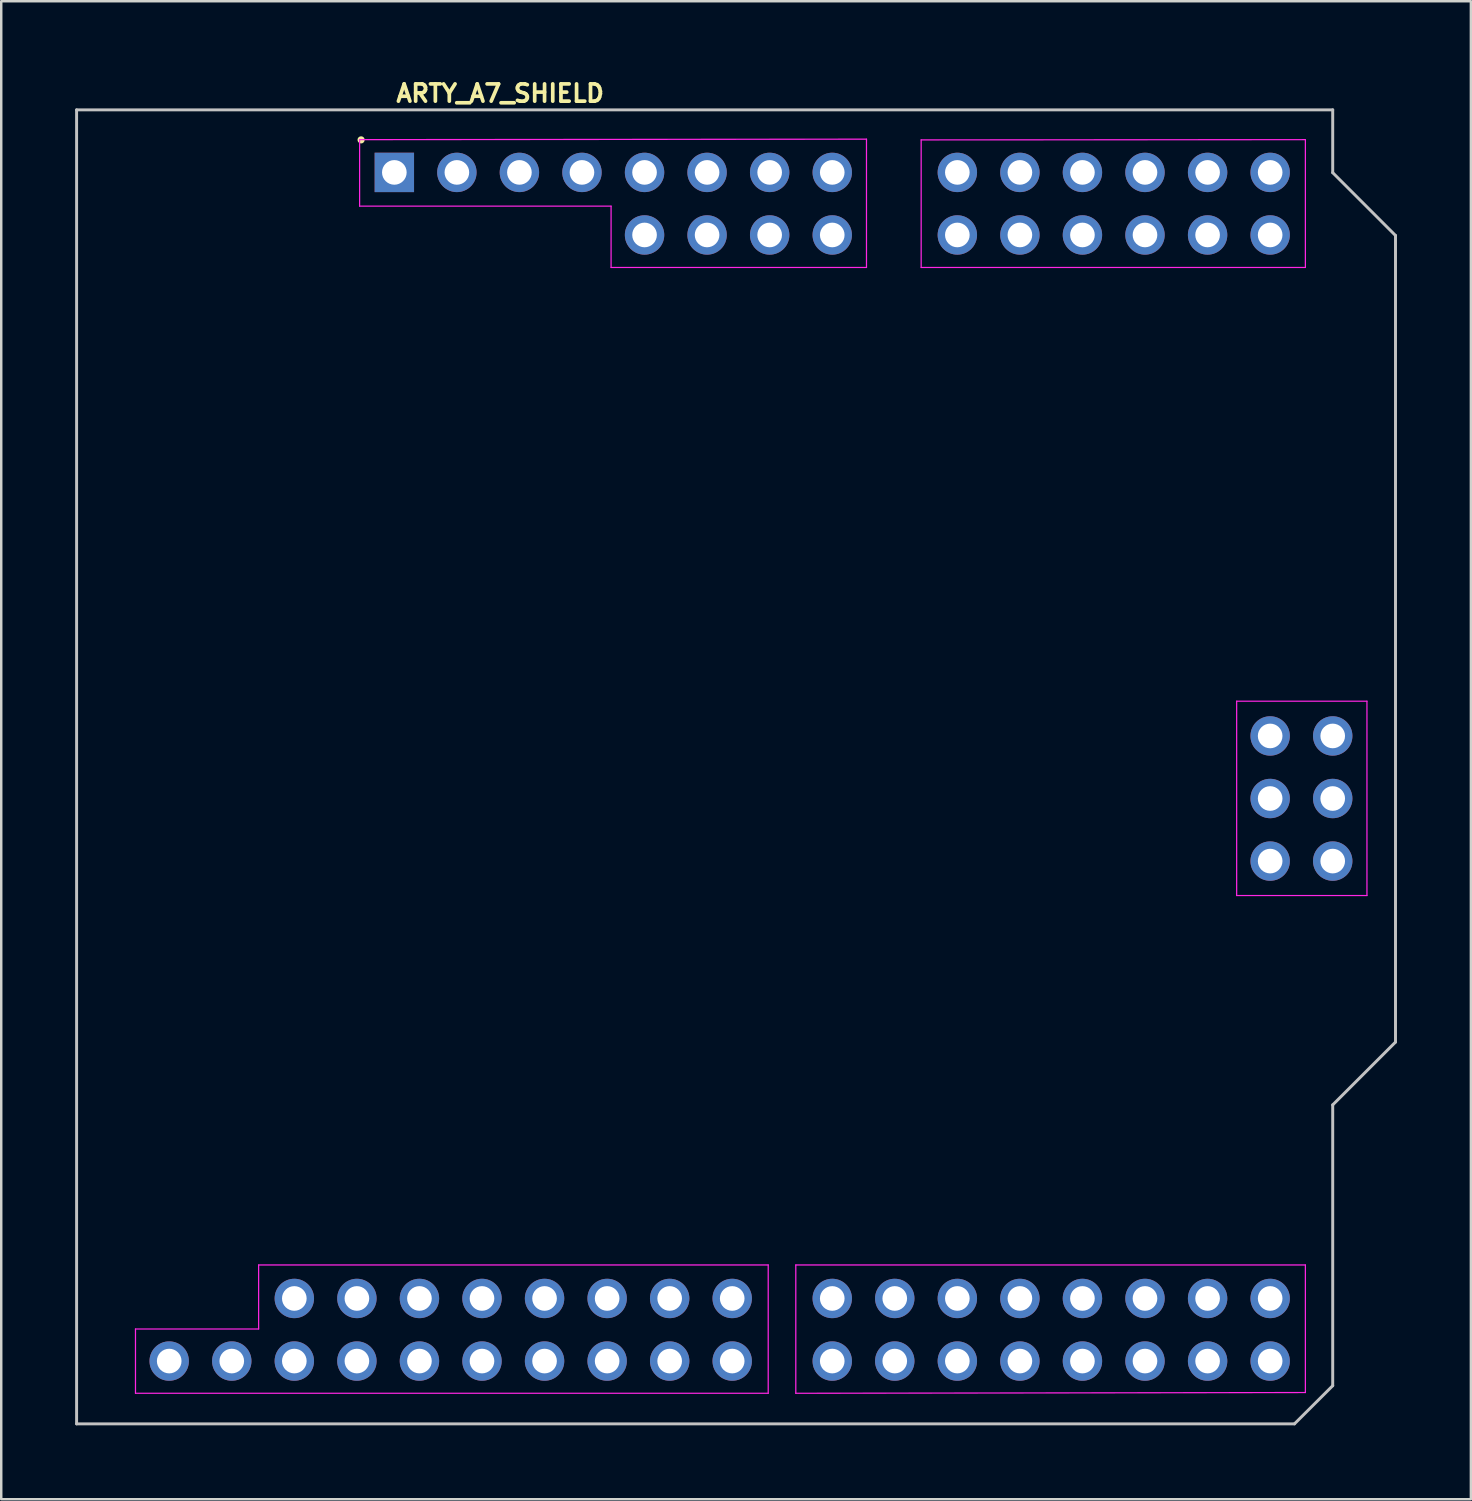
<source format=kicad_pcb>
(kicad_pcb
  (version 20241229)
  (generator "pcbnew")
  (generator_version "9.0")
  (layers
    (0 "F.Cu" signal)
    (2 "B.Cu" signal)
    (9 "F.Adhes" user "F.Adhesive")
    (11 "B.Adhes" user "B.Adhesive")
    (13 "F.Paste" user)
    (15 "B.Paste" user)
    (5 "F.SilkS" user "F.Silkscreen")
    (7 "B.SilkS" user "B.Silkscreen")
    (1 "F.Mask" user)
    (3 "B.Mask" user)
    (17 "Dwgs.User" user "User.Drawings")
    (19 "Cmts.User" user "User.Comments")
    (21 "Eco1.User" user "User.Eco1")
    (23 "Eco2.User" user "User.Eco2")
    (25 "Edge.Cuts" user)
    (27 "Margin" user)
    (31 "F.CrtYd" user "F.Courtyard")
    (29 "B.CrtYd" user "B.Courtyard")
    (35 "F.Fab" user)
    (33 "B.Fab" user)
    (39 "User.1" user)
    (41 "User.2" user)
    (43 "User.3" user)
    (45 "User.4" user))
  (footprint "ARTY_A7_SHIELD"
    (layer "F.Cu")
    (at 12.961 3.95)
    (property "Reference" "ARTY_A7_SHIELD" (at 0 -2.8 0) (layer "F.SilkS") (effects (font (size 0.7 0.7) (thickness 0.15)) (justify left bottom)))
    (attr through_hole)
    (fp_circle (center -1.35 -1.321) (end -1.3 -1.371) (stroke (width 0.15) (type solid)) (fill yes) (layer "F.SilkS"))
    (fp_line (start -12.901 -2.539) (end 38.1 -2.539) (stroke (width 0.12) (type solid)) (layer "Dwgs.User"))
    (fp_line (start -12.901 50.811) (end -12.901 -2.539) (stroke (width 0.12) (type solid)) (layer "Dwgs.User"))
    (fp_line (start 36.548 50.811) (end -12.901 50.811) (stroke (width 0.12) (type solid)) (layer "Dwgs.User"))
    (fp_line (start 38.1 -2.539) (end 38.1 0.011) (stroke (width 0.12) (type solid)) (layer "Dwgs.User"))
    (fp_line (start 38.1 0.011) (end 40.649 2.561) (stroke (width 0.12) (type solid)) (layer "Dwgs.User"))
    (fp_line (start 38.1 37.86) (end 38.1 49.262) (stroke (width 0.12) (type solid)) (layer "Dwgs.User"))
    (fp_line (start 38.1 49.262) (end 36.548 50.811) (stroke (width 0.12) (type solid)) (layer "Dwgs.User"))
    (fp_line (start 40.649 2.561) (end 40.649 35.311) (stroke (width 0.12) (type solid)) (layer "Dwgs.User"))
    (fp_line (start 40.649 35.311) (end 38.1 37.86) (stroke (width 0.12) (type solid)) (layer "Dwgs.User"))
    (fp_line (start -10.51 46.96) (end -10.51 49.57) (stroke (width 0.05) (type solid)) (layer "F.CrtYd"))
    (fp_line (start -10.51 49.57) (end 15.18 49.57) (stroke (width 0.05) (type solid)) (layer "F.CrtYd"))
    (fp_line (start -5.51 44.36) (end -5.51 46.96) (stroke (width 0.05) (type solid)) (layer "F.CrtYd"))
    (fp_line (start -5.51 46.96) (end -10.51 46.96) (stroke (width 0.05) (type solid)) (layer "F.CrtYd"))
    (fp_line (start -1.41 -1.33) (end -1.41 1.37) (stroke (width 0.05) (type solid)) (layer "F.CrtYd"))
    (fp_line (start -1.41 1.37) (end 8.8 1.37) (stroke (width 0.05) (type solid)) (layer "F.CrtYd"))
    (fp_line (start 8.8 1.37) (end 8.8 3.86) (stroke (width 0.05) (type solid)) (layer "F.CrtYd"))
    (fp_line (start 8.8 3.86) (end 19.17 3.86) (stroke (width 0.05) (type solid)) (layer "F.CrtYd"))
    (fp_line (start 15.18 44.36) (end -5.51 44.36) (stroke (width 0.05) (type solid)) (layer "F.CrtYd"))
    (fp_line (start 15.18 49.57) (end 15.18 44.36) (stroke (width 0.05) (type solid)) (layer "F.CrtYd"))
    (fp_line (start 16.3 44.36) (end 16.3 49.57) (stroke (width 0.05) (type solid)) (layer "F.CrtYd"))
    (fp_line (start 16.3 49.57) (end 36.99 49.54) (stroke (width 0.05) (type solid)) (layer "F.CrtYd"))
    (fp_line (start 19.17 -1.35) (end -1.41 -1.33) (stroke (width 0.05) (type solid)) (layer "F.CrtYd"))
    (fp_line (start 19.17 3.86) (end 19.17 -1.35) (stroke (width 0.05) (type solid)) (layer "F.CrtYd"))
    (fp_line (start 21.39 -1.32) (end 21.39 3.86) (stroke (width 0.05) (type solid)) (layer "F.CrtYd"))
    (fp_line (start 21.39 3.86) (end 36.99 3.86) (stroke (width 0.05) (type solid)) (layer "F.CrtYd"))
    (fp_line (start 34.2 21.47) (end 34.2 29.36) (stroke (width 0.05) (type solid)) (layer "F.CrtYd"))
    (fp_line (start 34.2 29.36) (end 39.49 29.36) (stroke (width 0.05) (type solid)) (layer "F.CrtYd"))
    (fp_line (start 36.99 -1.33) (end 21.39 -1.32) (stroke (width 0.05) (type solid)) (layer "F.CrtYd"))
    (fp_line (start 36.99 3.86) (end 36.99 -1.33) (stroke (width 0.05) (type solid)) (layer "F.CrtYd"))
    (fp_line (start 36.99 44.36) (end 16.3 44.36) (stroke (width 0.05) (type solid)) (layer "F.CrtYd"))
    (fp_line (start 36.99 49.54) (end 36.99 44.36) (stroke (width 0.05) (type solid)) (layer "F.CrtYd"))
    (fp_line (start 39.49 21.47) (end 34.2 21.47) (stroke (width 0.05) (type solid)) (layer "F.CrtYd"))
    (fp_line (start 39.49 29.36) (end 39.49 21.47) (stroke (width 0.05) (type solid)) (layer "F.CrtYd"))
    (fp_rect (start -12.9 50.81) (end 40.66 -2.54) (stroke (width 0.1) (type solid)) (fill no) (layer "User.5"))
    (fp_line (start -10.461 47.244) (end -10.461 49.277) (stroke (width 0.02) (type solid)) (layer "User.9"))
    (fp_line (start -10.461 49.277) (end -10.208 49.531) (stroke (width 0.02) (type solid)) (layer "User.9"))
    (fp_line (start -10.208 46.991) (end -10.461 47.244) (stroke (width 0.02) (type solid)) (layer "User.9"))
    (fp_line (start -10.208 49.531) (end -8.176 49.531) (stroke (width 0.02) (type solid)) (layer "User.9"))
    (fp_line (start -9.512 47.94) (end -9.512 48.582) (stroke (width 0.02) (type solid)) (layer "User.9"))
    (fp_line (start -9.512 47.94) (end -9.352 48.101) (stroke (width 0.02) (type solid)) (layer "User.9"))
    (fp_line (start -9.512 47.94) (end -8.871 47.94) (stroke (width 0.02) (type solid)) (layer "User.9"))
    (fp_line (start -9.512 48.582) (end -9.352 48.421) (stroke (width 0.02) (type solid)) (layer "User.9"))
    (fp_line (start -9.512 48.582) (end -8.871 48.582) (stroke (width 0.02) (type solid)) (layer "User.9"))
    (fp_line (start -9.352 48.101) (end -9.352 48.421) (stroke (width 0.02) (type solid)) (layer "User.9"))
    (fp_line (start -9.352 48.101) (end -9.03 48.101) (stroke (width 0.02) (type solid)) (layer "User.9"))
    (fp_line (start -9.352 48.421) (end -9.03 48.421) (stroke (width 0.02) (type solid)) (layer "User.9"))
    (fp_line (start -9.03 48.101) (end -9.03 48.421) (stroke (width 0.02) (type solid)) (layer "User.9"))
    (fp_line (start -8.871 47.94) (end -9.03 48.101) (stroke (width 0.02) (type solid)) (layer "User.9"))
    (fp_line (start -8.871 47.94) (end -8.871 48.582) (stroke (width 0.02) (type solid)) (layer "User.9"))
    (fp_line (start -8.871 48.582) (end -9.03 48.421) (stroke (width 0.02) (type solid)) (layer "User.9"))
    (fp_line (start -8.176 46.991) (end -10.208 46.991) (stroke (width 0.02) (type solid)) (layer "User.9"))
    (fp_line (start -8.176 49.531) (end -7.92 49.277) (stroke (width 0.02) (type solid)) (layer "User.9"))
    (fp_line (start -7.92 47.244) (end -8.176 46.991) (stroke (width 0.02) (type solid)) (layer "User.9"))
    (fp_line (start -7.92 49.277) (end -7.667 49.531) (stroke (width 0.02) (type solid)) (layer "User.9"))
    (fp_line (start -7.667 46.991) (end -7.92 47.244) (stroke (width 0.02) (type solid)) (layer "User.9"))
    (fp_line (start -7.667 49.531) (end -5.635 49.531) (stroke (width 0.02) (type solid)) (layer "User.9"))
    (fp_line (start -6.971 47.94) (end -6.971 48.582) (stroke (width 0.02) (type solid)) (layer "User.9"))
    (fp_line (start -6.971 47.94) (end -6.811 48.101) (stroke (width 0.02) (type solid)) (layer "User.9"))
    (fp_line (start -6.971 47.94) (end -6.33 47.94) (stroke (width 0.02) (type solid)) (layer "User.9"))
    (fp_line (start -6.971 48.582) (end -6.811 48.421) (stroke (width 0.02) (type solid)) (layer "User.9"))
    (fp_line (start -6.971 48.582) (end -6.33 48.582) (stroke (width 0.02) (type solid)) (layer "User.9"))
    (fp_line (start -6.811 48.101) (end -6.811 48.421) (stroke (width 0.02) (type solid)) (layer "User.9"))
    (fp_line (start -6.811 48.101) (end -6.492 48.101) (stroke (width 0.02) (type solid)) (layer "User.9"))
    (fp_line (start -6.811 48.421) (end -6.492 48.421) (stroke (width 0.02) (type solid)) (layer "User.9"))
    (fp_line (start -6.492 48.101) (end -6.492 48.421) (stroke (width 0.02) (type solid)) (layer "User.9"))
    (fp_line (start -6.33 47.94) (end -6.492 48.101) (stroke (width 0.02) (type solid)) (layer "User.9"))
    (fp_line (start -6.33 47.94) (end -6.33 48.582) (stroke (width 0.02) (type solid)) (layer "User.9"))
    (fp_line (start -6.33 48.582) (end -6.492 48.421) (stroke (width 0.02) (type solid)) (layer "User.9"))
    (fp_line (start -5.635 46.991) (end -7.667 46.991) (stroke (width 0.02) (type solid)) (layer "User.9"))
    (fp_line (start -5.635 49.531) (end -5.382 49.277) (stroke (width 0.02) (type solid)) (layer "User.9"))
    (fp_line (start -5.382 47.244) (end -5.635 46.991) (stroke (width 0.02) (type solid)) (layer "User.9"))
    (fp_line (start -5.382 49.277) (end -5.382 47.244) (stroke (width 0.02) (type solid)) (layer "User.9"))
    (fp_line (start -5.351 44.695) (end -5.351 49.268) (stroke (width 0.02) (type solid)) (layer "User.9"))
    (fp_line (start -5.351 49.268) (end -5.096 49.521) (stroke (width 0.02) (type solid)) (layer "User.9"))
    (fp_line (start -5.096 44.44) (end -5.351 44.695) (stroke (width 0.02) (type solid)) (layer "User.9"))
    (fp_line (start -5.096 49.521) (end -3.065 49.521) (stroke (width 0.02) (type solid)) (layer "User.9"))
    (fp_line (start -4.401 45.39) (end -4.401 46.031) (stroke (width 0.02) (type solid)) (layer "User.9"))
    (fp_line (start -4.401 45.39) (end -4.241 45.551) (stroke (width 0.02) (type solid)) (layer "User.9"))
    (fp_line (start -4.401 45.39) (end -3.762 45.39) (stroke (width 0.02) (type solid)) (layer "User.9"))
    (fp_line (start -4.401 46.031) (end -4.241 45.872) (stroke (width 0.02) (type solid)) (layer "User.9"))
    (fp_line (start -4.401 46.031) (end -3.762 46.031) (stroke (width 0.02) (type solid)) (layer "User.9"))
    (fp_line (start -4.401 47.93) (end -4.401 48.571) (stroke (width 0.02) (type solid)) (layer "User.9"))
    (fp_line (start -4.401 47.93) (end -4.241 48.091) (stroke (width 0.02) (type solid)) (layer "User.9"))
    (fp_line (start -4.401 47.93) (end -3.762 47.93) (stroke (width 0.02) (type solid)) (layer "User.9"))
    (fp_line (start -4.401 48.571) (end -4.241 48.412) (stroke (width 0.02) (type solid)) (layer "User.9"))
    (fp_line (start -4.401 48.571) (end -3.762 48.571) (stroke (width 0.02) (type solid)) (layer "User.9"))
    (fp_line (start -4.241 45.551) (end -4.241 45.872) (stroke (width 0.02) (type solid)) (layer "User.9"))
    (fp_line (start -4.241 45.551) (end -3.92 45.551) (stroke (width 0.02) (type solid)) (layer "User.9"))
    (fp_line (start -4.241 45.872) (end -3.92 45.872) (stroke (width 0.02) (type solid)) (layer "User.9"))
    (fp_line (start -4.241 48.091) (end -4.241 48.412) (stroke (width 0.02) (type solid)) (layer "User.9"))
    (fp_line (start -4.241 48.091) (end -3.92 48.091) (stroke (width 0.02) (type solid)) (layer "User.9"))
    (fp_line (start -4.241 48.412) (end -3.92 48.412) (stroke (width 0.02) (type solid)) (layer "User.9"))
    (fp_line (start -3.92 45.551) (end -3.92 45.872) (stroke (width 0.02) (type solid)) (layer "User.9"))
    (fp_line (start -3.92 48.091) (end -3.92 48.412) (stroke (width 0.02) (type solid)) (layer "User.9"))
    (fp_line (start -3.762 45.39) (end -3.92 45.551) (stroke (width 0.02) (type solid)) (layer "User.9"))
    (fp_line (start -3.762 45.39) (end -3.762 46.031) (stroke (width 0.02) (type solid)) (layer "User.9"))
    (fp_line (start -3.762 46.031) (end -3.92 45.872) (stroke (width 0.02) (type solid)) (layer "User.9"))
    (fp_line (start -3.762 47.93) (end -3.92 48.091) (stroke (width 0.02) (type solid)) (layer "User.9"))
    (fp_line (start -3.762 47.93) (end -3.762 48.571) (stroke (width 0.02) (type solid)) (layer "User.9"))
    (fp_line (start -3.762 48.571) (end -3.92 48.412) (stroke (width 0.02) (type solid)) (layer "User.9"))
    (fp_line (start -3.065 44.44) (end -5.096 44.44) (stroke (width 0.02) (type solid)) (layer "User.9"))
    (fp_line (start -3.065 49.521) (end -2.811 49.268) (stroke (width 0.02) (type solid)) (layer "User.9"))
    (fp_line (start -2.811 44.695) (end -3.065 44.44) (stroke (width 0.02) (type solid)) (layer "User.9"))
    (fp_line (start -2.811 49.268) (end -2.557 49.521) (stroke (width 0.02) (type solid)) (layer "User.9"))
    (fp_line (start -2.557 44.44) (end -2.811 44.695) (stroke (width 0.02) (type solid)) (layer "User.9"))
    (fp_line (start -2.557 49.521) (end -0.526 49.521) (stroke (width 0.02) (type solid)) (layer "User.9"))
    (fp_line (start -1.861 45.39) (end -1.861 46.031) (stroke (width 0.02) (type solid)) (layer "User.9"))
    (fp_line (start -1.861 45.39) (end -1.702 45.551) (stroke (width 0.02) (type solid)) (layer "User.9"))
    (fp_line (start -1.861 45.39) (end -1.222 45.39) (stroke (width 0.02) (type solid)) (layer "User.9"))
    (fp_line (start -1.861 46.031) (end -1.702 45.872) (stroke (width 0.02) (type solid)) (layer "User.9"))
    (fp_line (start -1.861 46.031) (end -1.222 46.031) (stroke (width 0.02) (type solid)) (layer "User.9"))
    (fp_line (start -1.861 47.93) (end -1.861 48.571) (stroke (width 0.02) (type solid)) (layer "User.9"))
    (fp_line (start -1.861 47.93) (end -1.702 48.091) (stroke (width 0.02) (type solid)) (layer "User.9"))
    (fp_line (start -1.861 47.93) (end -1.222 47.93) (stroke (width 0.02) (type solid)) (layer "User.9"))
    (fp_line (start -1.861 48.571) (end -1.702 48.412) (stroke (width 0.02) (type solid)) (layer "User.9"))
    (fp_line (start -1.861 48.571) (end -1.222 48.571) (stroke (width 0.02) (type solid)) (layer "User.9"))
    (fp_line (start -1.702 45.551) (end -1.702 45.872) (stroke (width 0.02) (type solid)) (layer "User.9"))
    (fp_line (start -1.702 45.551) (end -1.381 45.551) (stroke (width 0.02) (type solid)) (layer "User.9"))
    (fp_line (start -1.702 45.872) (end -1.381 45.872) (stroke (width 0.02) (type solid)) (layer "User.9"))
    (fp_line (start -1.702 48.091) (end -1.702 48.412) (stroke (width 0.02) (type solid)) (layer "User.9"))
    (fp_line (start -1.702 48.091) (end -1.381 48.091) (stroke (width 0.02) (type solid)) (layer "User.9"))
    (fp_line (start -1.702 48.412) (end -1.381 48.412) (stroke (width 0.02) (type solid)) (layer "User.9"))
    (fp_line (start -1.381 45.551) (end -1.381 45.872) (stroke (width 0.02) (type solid)) (layer "User.9"))
    (fp_line (start -1.381 48.091) (end -1.381 48.412) (stroke (width 0.02) (type solid)) (layer "User.9"))
    (fp_line (start -1.291 -1.005) (end -1.291 1.027) (stroke (width 0.02) (type solid)) (layer "User.9"))
    (fp_line (start -1.291 1.027) (end -1.037 1.281) (stroke (width 0.02) (type solid)) (layer "User.9"))
    (fp_line (start -1.222 45.39) (end -1.381 45.551) (stroke (width 0.02) (type solid)) (layer "User.9"))
    (fp_line (start -1.222 45.39) (end -1.222 46.031) (stroke (width 0.02) (type solid)) (layer "User.9"))
    (fp_line (start -1.222 46.031) (end -1.381 45.872) (stroke (width 0.02) (type solid)) (layer "User.9"))
    (fp_line (start -1.222 47.93) (end -1.381 48.091) (stroke (width 0.02) (type solid)) (layer "User.9"))
    (fp_line (start -1.222 47.93) (end -1.222 48.571) (stroke (width 0.02) (type solid)) (layer "User.9"))
    (fp_line (start -1.222 48.571) (end -1.381 48.412) (stroke (width 0.02) (type solid)) (layer "User.9"))
    (fp_line (start -1.037 -1.259) (end -1.291 -1.005) (stroke (width 0.02) (type solid)) (layer "User.9"))
    (fp_line (start -1.037 1.281) (end 0.995 1.281) (stroke (width 0.02) (type solid)) (layer "User.9"))
    (fp_line (start -0.526 44.44) (end -2.557 44.44) (stroke (width 0.02) (type solid)) (layer "User.9"))
    (fp_line (start -0.526 49.521) (end -0.271 49.268) (stroke (width 0.02) (type solid)) (layer "User.9"))
    (fp_line (start -0.341 -0.308) (end -0.341 0.332) (stroke (width 0.02) (type solid)) (layer "User.9"))
    (fp_line (start -0.341 -0.308) (end -0.18 -0.149) (stroke (width 0.02) (type solid)) (layer "User.9"))
    (fp_line (start -0.341 -0.308) (end 0.298 -0.308) (stroke (width 0.02) (type solid)) (layer "User.9"))
    (fp_line (start -0.341 0.332) (end -0.18 0.171) (stroke (width 0.02) (type solid)) (layer "User.9"))
    (fp_line (start -0.341 0.332) (end 0.298 0.332) (stroke (width 0.02) (type solid)) (layer "User.9"))
    (fp_line (start -0.271 44.695) (end -0.526 44.44) (stroke (width 0.02) (type solid)) (layer "User.9"))
    (fp_line (start -0.271 49.268) (end -0.018 49.521) (stroke (width 0.02) (type solid)) (layer "User.9"))
    (fp_line (start -0.18 -0.149) (end -0.18 0.171) (stroke (width 0.02) (type solid)) (layer "User.9"))
    (fp_line (start -0.18 -0.149) (end 0.139 -0.149) (stroke (width 0.02) (type solid)) (layer "User.9"))
    (fp_line (start -0.18 0.171) (end 0.139 0.171) (stroke (width 0.02) (type solid)) (layer "User.9"))
    (fp_line (start -0.018 44.44) (end -0.271 44.695) (stroke (width 0.02) (type solid)) (layer "User.9"))
    (fp_line (start -0.018 49.521) (end 2.015 49.521) (stroke (width 0.02) (type solid)) (layer "User.9"))
    (fp_line (start 0.139 -0.149) (end 0.139 0.171) (stroke (width 0.02) (type solid)) (layer "User.9"))
    (fp_line (start 0.298 -0.308) (end 0.139 -0.149) (stroke (width 0.02) (type solid)) (layer "User.9"))
    (fp_line (start 0.298 -0.308) (end 0.298 0.332) (stroke (width 0.02) (type solid)) (layer "User.9"))
    (fp_line (start 0.298 0.332) (end 0.139 0.171) (stroke (width 0.02) (type solid)) (layer "User.9"))
    (fp_line (start 0.679 45.39) (end 0.679 46.031) (stroke (width 0.02) (type solid)) (layer "User.9"))
    (fp_line (start 0.679 45.39) (end 0.838 45.551) (stroke (width 0.02) (type solid)) (layer "User.9"))
    (fp_line (start 0.679 45.39) (end 1.32 45.39) (stroke (width 0.02) (type solid)) (layer "User.9"))
    (fp_line (start 0.679 46.031) (end 0.838 45.872) (stroke (width 0.02) (type solid)) (layer "User.9"))
    (fp_line (start 0.679 46.031) (end 1.32 46.031) (stroke (width 0.02) (type solid)) (layer "User.9"))
    (fp_line (start 0.679 47.93) (end 0.679 48.571) (stroke (width 0.02) (type solid)) (layer "User.9"))
    (fp_line (start 0.679 47.93) (end 0.838 48.091) (stroke (width 0.02) (type solid)) (layer "User.9"))
    (fp_line (start 0.679 47.93) (end 1.32 47.93) (stroke (width 0.02) (type solid)) (layer "User.9"))
    (fp_line (start 0.679 48.571) (end 0.838 48.412) (stroke (width 0.02) (type solid)) (layer "User.9"))
    (fp_line (start 0.679 48.571) (end 1.32 48.571) (stroke (width 0.02) (type solid)) (layer "User.9"))
    (fp_line (start 0.838 45.551) (end 0.838 45.872) (stroke (width 0.02) (type solid)) (layer "User.9"))
    (fp_line (start 0.838 45.551) (end 1.159 45.551) (stroke (width 0.02) (type solid)) (layer "User.9"))
    (fp_line (start 0.838 45.872) (end 1.159 45.872) (stroke (width 0.02) (type solid)) (layer "User.9"))
    (fp_line (start 0.838 48.091) (end 0.838 48.412) (stroke (width 0.02) (type solid)) (layer "User.9"))
    (fp_line (start 0.838 48.091) (end 1.159 48.091) (stroke (width 0.02) (type solid)) (layer "User.9"))
    (fp_line (start 0.838 48.412) (end 1.159 48.412) (stroke (width 0.02) (type solid)) (layer "User.9"))
    (fp_line (start 0.995 -1.259) (end -1.037 -1.259) (stroke (width 0.02) (type solid)) (layer "User.9"))
    (fp_line (start 0.995 1.281) (end 1.249 1.027) (stroke (width 0.02) (type solid)) (layer "User.9"))
    (fp_line (start 1.159 45.551) (end 1.159 45.872) (stroke (width 0.02) (type solid)) (layer "User.9"))
    (fp_line (start 1.159 48.091) (end 1.159 48.412) (stroke (width 0.02) (type solid)) (layer "User.9"))
    (fp_line (start 1.249 -1.005) (end 0.995 -1.259) (stroke (width 0.02) (type solid)) (layer "User.9"))
    (fp_line (start 1.249 1.027) (end 1.503 1.281) (stroke (width 0.02) (type solid)) (layer "User.9"))
    (fp_line (start 1.32 45.39) (end 1.159 45.551) (stroke (width 0.02) (type solid)) (layer "User.9"))
    (fp_line (start 1.32 45.39) (end 1.32 46.031) (stroke (width 0.02) (type solid)) (layer "User.9"))
    (fp_line (start 1.32 46.031) (end 1.159 45.872) (stroke (width 0.02) (type solid)) (layer "User.9"))
    (fp_line (start 1.32 47.93) (end 1.159 48.091) (stroke (width 0.02) (type solid)) (layer "User.9"))
    (fp_line (start 1.32 47.93) (end 1.32 48.571) (stroke (width 0.02) (type solid)) (layer "User.9"))
    (fp_line (start 1.32 48.571) (end 1.159 48.412) (stroke (width 0.02) (type solid)) (layer "User.9"))
    (fp_line (start 1.503 -1.259) (end 1.249 -1.005) (stroke (width 0.02) (type solid)) (layer "User.9"))
    (fp_line (start 1.503 1.281) (end 3.535 1.281) (stroke (width 0.02) (type solid)) (layer "User.9"))
    (fp_line (start 2.015 44.44) (end -0.018 44.44) (stroke (width 0.02) (type solid)) (layer "User.9"))
    (fp_line (start 2.015 49.521) (end 2.269 49.268) (stroke (width 0.02) (type solid)) (layer "User.9"))
    (fp_line (start 2.198 -0.308) (end 2.198 0.332) (stroke (width 0.02) (type solid)) (layer "User.9"))
    (fp_line (start 2.198 -0.308) (end 2.358 -0.149) (stroke (width 0.02) (type solid)) (layer "User.9"))
    (fp_line (start 2.198 -0.308) (end 2.838 -0.308) (stroke (width 0.02) (type solid)) (layer "User.9"))
    (fp_line (start 2.198 0.332) (end 2.358 0.171) (stroke (width 0.02) (type solid)) (layer "User.9"))
    (fp_line (start 2.198 0.332) (end 2.838 0.332) (stroke (width 0.02) (type solid)) (layer "User.9"))
    (fp_line (start 2.269 44.695) (end 2.015 44.44) (stroke (width 0.02) (type solid)) (layer "User.9"))
    (fp_line (start 2.269 49.268) (end 2.523 49.521) (stroke (width 0.02) (type solid)) (layer "User.9"))
    (fp_line (start 2.358 -0.149) (end 2.358 0.171) (stroke (width 0.02) (type solid)) (layer "User.9"))
    (fp_line (start 2.358 -0.149) (end 2.679 -0.149) (stroke (width 0.02) (type solid)) (layer "User.9"))
    (fp_line (start 2.358 0.171) (end 2.679 0.171) (stroke (width 0.02) (type solid)) (layer "User.9"))
    (fp_line (start 2.523 44.44) (end 2.269 44.695) (stroke (width 0.02) (type solid)) (layer "User.9"))
    (fp_line (start 2.523 49.521) (end 4.554 49.521) (stroke (width 0.02) (type solid)) (layer "User.9"))
    (fp_line (start 2.679 -0.149) (end 2.679 0.171) (stroke (width 0.02) (type solid)) (layer "User.9"))
    (fp_line (start 2.838 -0.308) (end 2.679 -0.149) (stroke (width 0.02) (type solid)) (layer "User.9"))
    (fp_line (start 2.838 -0.308) (end 2.838 0.332) (stroke (width 0.02) (type solid)) (layer "User.9"))
    (fp_line (start 2.838 0.332) (end 2.679 0.171) (stroke (width 0.02) (type solid)) (layer "User.9"))
    (fp_line (start 3.218 45.39) (end 3.218 46.031) (stroke (width 0.02) (type solid)) (layer "User.9"))
    (fp_line (start 3.218 45.39) (end 3.378 45.551) (stroke (width 0.02) (type solid)) (layer "User.9"))
    (fp_line (start 3.218 45.39) (end 3.858 45.39) (stroke (width 0.02) (type solid)) (layer "User.9"))
    (fp_line (start 3.218 46.031) (end 3.378 45.872) (stroke (width 0.02) (type solid)) (layer "User.9"))
    (fp_line (start 3.218 46.031) (end 3.858 46.031) (stroke (width 0.02) (type solid)) (layer "User.9"))
    (fp_line (start 3.218 47.93) (end 3.218 48.571) (stroke (width 0.02) (type solid)) (layer "User.9"))
    (fp_line (start 3.218 47.93) (end 3.378 48.091) (stroke (width 0.02) (type solid)) (layer "User.9"))
    (fp_line (start 3.218 47.93) (end 3.858 47.93) (stroke (width 0.02) (type solid)) (layer "User.9"))
    (fp_line (start 3.218 48.571) (end 3.378 48.412) (stroke (width 0.02) (type solid)) (layer "User.9"))
    (fp_line (start 3.218 48.571) (end 3.858 48.571) (stroke (width 0.02) (type solid)) (layer "User.9"))
    (fp_line (start 3.378 45.551) (end 3.378 45.872) (stroke (width 0.02) (type solid)) (layer "User.9"))
    (fp_line (start 3.378 45.551) (end 3.699 45.551) (stroke (width 0.02) (type solid)) (layer "User.9"))
    (fp_line (start 3.378 45.872) (end 3.699 45.872) (stroke (width 0.02) (type solid)) (layer "User.9"))
    (fp_line (start 3.378 48.091) (end 3.378 48.412) (stroke (width 0.02) (type solid)) (layer "User.9"))
    (fp_line (start 3.378 48.091) (end 3.699 48.091) (stroke (width 0.02) (type solid)) (layer "User.9"))
    (fp_line (start 3.378 48.412) (end 3.699 48.412) (stroke (width 0.02) (type solid)) (layer "User.9"))
    (fp_line (start 3.535 -1.259) (end 1.503 -1.259) (stroke (width 0.02) (type solid)) (layer "User.9"))
    (fp_line (start 3.535 1.281) (end 3.789 1.027) (stroke (width 0.02) (type solid)) (layer "User.9"))
    (fp_line (start 3.699 45.551) (end 3.699 45.872) (stroke (width 0.02) (type solid)) (layer "User.9"))
    (fp_line (start 3.699 48.091) (end 3.699 48.412) (stroke (width 0.02) (type solid)) (layer "User.9"))
    (fp_line (start 3.789 -1.005) (end 3.535 -1.259) (stroke (width 0.02) (type solid)) (layer "User.9"))
    (fp_line (start 3.789 1.027) (end 4.044 1.281) (stroke (width 0.02) (type solid)) (layer "User.9"))
    (fp_line (start 3.858 45.39) (end 3.699 45.551) (stroke (width 0.02) (type solid)) (layer "User.9"))
    (fp_line (start 3.858 45.39) (end 3.858 46.031) (stroke (width 0.02) (type solid)) (layer "User.9"))
    (fp_line (start 3.858 46.031) (end 3.699 45.872) (stroke (width 0.02) (type solid)) (layer "User.9"))
    (fp_line (start 3.858 47.93) (end 3.699 48.091) (stroke (width 0.02) (type solid)) (layer "User.9"))
    (fp_line (start 3.858 47.93) (end 3.858 48.571) (stroke (width 0.02) (type solid)) (layer "User.9"))
    (fp_line (start 3.858 48.571) (end 3.699 48.412) (stroke (width 0.02) (type solid)) (layer "User.9"))
    (fp_line (start 4.044 -1.259) (end 3.789 -1.005) (stroke (width 0.02) (type solid)) (layer "User.9"))
    (fp_line (start 4.044 1.281) (end 6.075 1.281) (stroke (width 0.02) (type solid)) (layer "User.9"))
    (fp_line (start 4.554 44.44) (end 2.523 44.44) (stroke (width 0.02) (type solid)) (layer "User.9"))
    (fp_line (start 4.554 49.521) (end 4.81 49.268) (stroke (width 0.02) (type solid)) (layer "User.9"))
    (fp_line (start 4.74 -0.308) (end 4.74 0.332) (stroke (width 0.02) (type solid)) (layer "User.9"))
    (fp_line (start 4.74 -0.308) (end 4.9 -0.149) (stroke (width 0.02) (type solid)) (layer "User.9"))
    (fp_line (start 4.74 -0.308) (end 5.379 -0.308) (stroke (width 0.02) (type solid)) (layer "User.9"))
    (fp_line (start 4.74 0.332) (end 4.9 0.171) (stroke (width 0.02) (type solid)) (layer "User.9"))
    (fp_line (start 4.74 0.332) (end 5.379 0.332) (stroke (width 0.02) (type solid)) (layer "User.9"))
    (fp_line (start 4.81 44.695) (end 4.554 44.44) (stroke (width 0.02) (type solid)) (layer "User.9"))
    (fp_line (start 4.81 49.268) (end 5.062 49.521) (stroke (width 0.02) (type solid)) (layer "User.9"))
    (fp_line (start 4.9 -0.149) (end 4.9 0.171) (stroke (width 0.02) (type solid)) (layer "User.9"))
    (fp_line (start 4.9 -0.149) (end 5.219 -0.149) (stroke (width 0.02) (type solid)) (layer "User.9"))
    (fp_line (start 4.9 0.171) (end 5.219 0.171) (stroke (width 0.02) (type solid)) (layer "User.9"))
    (fp_line (start 5.062 44.44) (end 4.81 44.695) (stroke (width 0.02) (type solid)) (layer "User.9"))
    (fp_line (start 5.062 49.521) (end 7.094 49.521) (stroke (width 0.02) (type solid)) (layer "User.9"))
    (fp_line (start 5.219 -0.149) (end 5.219 0.171) (stroke (width 0.02) (type solid)) (layer "User.9"))
    (fp_line (start 5.379 -0.308) (end 5.219 -0.149) (stroke (width 0.02) (type solid)) (layer "User.9"))
    (fp_line (start 5.379 -0.308) (end 5.379 0.332) (stroke (width 0.02) (type solid)) (layer "User.9"))
    (fp_line (start 5.379 0.332) (end 5.219 0.171) (stroke (width 0.02) (type solid)) (layer "User.9"))
    (fp_line (start 5.759 45.39) (end 5.759 46.031) (stroke (width 0.02) (type solid)) (layer "User.9"))
    (fp_line (start 5.759 45.39) (end 5.919 45.551) (stroke (width 0.02) (type solid)) (layer "User.9"))
    (fp_line (start 5.759 45.39) (end 6.398 45.39) (stroke (width 0.02) (type solid)) (layer "User.9"))
    (fp_line (start 5.759 46.031) (end 5.919 45.872) (stroke (width 0.02) (type solid)) (layer "User.9"))
    (fp_line (start 5.759 46.031) (end 6.398 46.031) (stroke (width 0.02) (type solid)) (layer "User.9"))
    (fp_line (start 5.759 47.93) (end 5.759 48.571) (stroke (width 0.02) (type solid)) (layer "User.9"))
    (fp_line (start 5.759 47.93) (end 5.919 48.091) (stroke (width 0.02) (type solid)) (layer "User.9"))
    (fp_line (start 5.759 47.93) (end 6.398 47.93) (stroke (width 0.02) (type solid)) (layer "User.9"))
    (fp_line (start 5.759 48.571) (end 5.919 48.412) (stroke (width 0.02) (type solid)) (layer "User.9"))
    (fp_line (start 5.759 48.571) (end 6.398 48.571) (stroke (width 0.02) (type solid)) (layer "User.9"))
    (fp_line (start 5.919 45.551) (end 5.919 45.872) (stroke (width 0.02) (type solid)) (layer "User.9"))
    (fp_line (start 5.919 45.551) (end 6.238 45.551) (stroke (width 0.02) (type solid)) (layer "User.9"))
    (fp_line (start 5.919 45.872) (end 6.238 45.872) (stroke (width 0.02) (type solid)) (layer "User.9"))
    (fp_line (start 5.919 48.091) (end 5.919 48.412) (stroke (width 0.02) (type solid)) (layer "User.9"))
    (fp_line (start 5.919 48.091) (end 6.238 48.091) (stroke (width 0.02) (type solid)) (layer "User.9"))
    (fp_line (start 5.919 48.412) (end 6.238 48.412) (stroke (width 0.02) (type solid)) (layer "User.9"))
    (fp_line (start 6.075 -1.259) (end 4.044 -1.259) (stroke (width 0.02) (type solid)) (layer "User.9"))
    (fp_line (start 6.075 1.281) (end 6.328 1.027) (stroke (width 0.02) (type solid)) (layer "User.9"))
    (fp_line (start 6.238 45.551) (end 6.238 45.872) (stroke (width 0.02) (type solid)) (layer "User.9"))
    (fp_line (start 6.238 48.091) (end 6.238 48.412) (stroke (width 0.02) (type solid)) (layer "User.9"))
    (fp_line (start 6.328 -1.005) (end 6.075 -1.259) (stroke (width 0.02) (type solid)) (layer "User.9"))
    (fp_line (start 6.328 1.027) (end 6.583 1.281) (stroke (width 0.02) (type solid)) (layer "User.9"))
    (fp_line (start 6.398 45.39) (end 6.238 45.551) (stroke (width 0.02) (type solid)) (layer "User.9"))
    (fp_line (start 6.398 45.39) (end 6.398 46.031) (stroke (width 0.02) (type solid)) (layer "User.9"))
    (fp_line (start 6.398 46.031) (end 6.238 45.872) (stroke (width 0.02) (type solid)) (layer "User.9"))
    (fp_line (start 6.398 47.93) (end 6.238 48.091) (stroke (width 0.02) (type solid)) (layer "User.9"))
    (fp_line (start 6.398 47.93) (end 6.398 48.571) (stroke (width 0.02) (type solid)) (layer "User.9"))
    (fp_line (start 6.398 48.571) (end 6.238 48.412) (stroke (width 0.02) (type solid)) (layer "User.9"))
    (fp_line (start 6.583 -1.259) (end 6.328 -1.005) (stroke (width 0.02) (type solid)) (layer "User.9"))
    (fp_line (start 6.583 1.281) (end 8.615 1.281) (stroke (width 0.02) (type solid)) (layer "User.9"))
    (fp_line (start 7.094 44.44) (end 5.062 44.44) (stroke (width 0.02) (type solid)) (layer "User.9"))
    (fp_line (start 7.094 49.521) (end 7.349 49.268) (stroke (width 0.02) (type solid)) (layer "User.9"))
    (fp_line (start 7.278 -0.308) (end 7.278 0.332) (stroke (width 0.02) (type solid)) (layer "User.9"))
    (fp_line (start 7.278 -0.308) (end 7.438 -0.149) (stroke (width 0.02) (type solid)) (layer "User.9"))
    (fp_line (start 7.278 -0.308) (end 7.919 -0.308) (stroke (width 0.02) (type solid)) (layer "User.9"))
    (fp_line (start 7.278 0.332) (end 7.438 0.171) (stroke (width 0.02) (type solid)) (layer "User.9"))
    (fp_line (start 7.278 0.332) (end 7.919 0.332) (stroke (width 0.02) (type solid)) (layer "User.9"))
    (fp_line (start 7.349 44.695) (end 7.094 44.44) (stroke (width 0.02) (type solid)) (layer "User.9"))
    (fp_line (start 7.349 49.268) (end 7.602 49.521) (stroke (width 0.02) (type solid)) (layer "User.9"))
    (fp_line (start 7.438 -0.149) (end 7.438 0.171) (stroke (width 0.02) (type solid)) (layer "User.9"))
    (fp_line (start 7.438 -0.149) (end 7.759 -0.149) (stroke (width 0.02) (type solid)) (layer "User.9"))
    (fp_line (start 7.438 0.171) (end 7.759 0.171) (stroke (width 0.02) (type solid)) (layer "User.9"))
    (fp_line (start 7.602 44.44) (end 7.349 44.695) (stroke (width 0.02) (type solid)) (layer "User.9"))
    (fp_line (start 7.602 49.521) (end 9.634 49.521) (stroke (width 0.02) (type solid)) (layer "User.9"))
    (fp_line (start 7.759 -0.149) (end 7.759 0.171) (stroke (width 0.02) (type solid)) (layer "User.9"))
    (fp_line (start 7.919 -0.308) (end 7.759 -0.149) (stroke (width 0.02) (type solid)) (layer "User.9"))
    (fp_line (start 7.919 -0.308) (end 7.919 0.332) (stroke (width 0.02) (type solid)) (layer "User.9"))
    (fp_line (start 7.919 0.332) (end 7.759 0.171) (stroke (width 0.02) (type solid)) (layer "User.9"))
    (fp_line (start 8.3 45.39) (end 8.3 46.031) (stroke (width 0.02) (type solid)) (layer "User.9"))
    (fp_line (start 8.3 45.39) (end 8.46 45.551) (stroke (width 0.02) (type solid)) (layer "User.9"))
    (fp_line (start 8.3 45.39) (end 8.938 45.39) (stroke (width 0.02) (type solid)) (layer "User.9"))
    (fp_line (start 8.3 46.031) (end 8.46 45.872) (stroke (width 0.02) (type solid)) (layer "User.9"))
    (fp_line (start 8.3 46.031) (end 8.938 46.031) (stroke (width 0.02) (type solid)) (layer "User.9"))
    (fp_line (start 8.3 47.93) (end 8.3 48.571) (stroke (width 0.02) (type solid)) (layer "User.9"))
    (fp_line (start 8.3 47.93) (end 8.46 48.091) (stroke (width 0.02) (type solid)) (layer "User.9"))
    (fp_line (start 8.3 47.93) (end 8.938 47.93) (stroke (width 0.02) (type solid)) (layer "User.9"))
    (fp_line (start 8.3 48.571) (end 8.46 48.412) (stroke (width 0.02) (type solid)) (layer "User.9"))
    (fp_line (start 8.3 48.571) (end 8.938 48.571) (stroke (width 0.02) (type solid)) (layer "User.9"))
    (fp_line (start 8.46 45.551) (end 8.46 45.872) (stroke (width 0.02) (type solid)) (layer "User.9"))
    (fp_line (start 8.46 45.551) (end 8.778 45.551) (stroke (width 0.02) (type solid)) (layer "User.9"))
    (fp_line (start 8.46 45.872) (end 8.778 45.872) (stroke (width 0.02) (type solid)) (layer "User.9"))
    (fp_line (start 8.46 48.091) (end 8.46 48.412) (stroke (width 0.02) (type solid)) (layer "User.9"))
    (fp_line (start 8.46 48.091) (end 8.778 48.091) (stroke (width 0.02) (type solid)) (layer "User.9"))
    (fp_line (start 8.46 48.412) (end 8.778 48.412) (stroke (width 0.02) (type solid)) (layer "User.9"))
    (fp_line (start 8.615 -1.259) (end 6.583 -1.259) (stroke (width 0.02) (type solid)) (layer "User.9"))
    (fp_line (start 8.615 1.281) (end 8.868 1.027) (stroke (width 0.02) (type solid)) (layer "User.9"))
    (fp_line (start 8.778 45.551) (end 8.778 45.872) (stroke (width 0.02) (type solid)) (layer "User.9"))
    (fp_line (start 8.778 48.091) (end 8.778 48.412) (stroke (width 0.02) (type solid)) (layer "User.9"))
    (fp_line (start 8.868 -1.005) (end 8.615 -1.259) (stroke (width 0.02) (type solid)) (layer "User.9"))
    (fp_line (start 8.868 1.027) (end 8.868 -1.005) (stroke (width 0.02) (type solid)) (layer "User.9"))
    (fp_line (start 8.909 -1.005) (end 8.909 3.568) (stroke (width 0.02) (type solid)) (layer "User.9"))
    (fp_line (start 8.909 3.568) (end 9.163 3.822) (stroke (width 0.02) (type solid)) (layer "User.9"))
    (fp_line (start 8.938 45.39) (end 8.778 45.551) (stroke (width 0.02) (type solid)) (layer "User.9"))
    (fp_line (start 8.938 45.39) (end 8.938 46.031) (stroke (width 0.02) (type solid)) (layer "User.9"))
    (fp_line (start 8.938 46.031) (end 8.778 45.872) (stroke (width 0.02) (type solid)) (layer "User.9"))
    (fp_line (start 8.938 47.93) (end 8.778 48.091) (stroke (width 0.02) (type solid)) (layer "User.9"))
    (fp_line (start 8.938 47.93) (end 8.938 48.571) (stroke (width 0.02) (type solid)) (layer "User.9"))
    (fp_line (start 8.938 48.571) (end 8.778 48.412) (stroke (width 0.02) (type solid)) (layer "User.9"))
    (fp_line (start 9.163 -1.259) (end 8.909 -1.005) (stroke (width 0.02) (type solid)) (layer "User.9"))
    (fp_line (start 9.163 3.822) (end 11.195 3.822) (stroke (width 0.02) (type solid)) (layer "User.9"))
    (fp_line (start 9.634 44.44) (end 7.602 44.44) (stroke (width 0.02) (type solid)) (layer "User.9"))
    (fp_line (start 9.634 49.521) (end 9.89 49.268) (stroke (width 0.02) (type solid)) (layer "User.9"))
    (fp_line (start 9.858 -0.308) (end 9.858 0.332) (stroke (width 0.02) (type solid)) (layer "User.9"))
    (fp_line (start 9.858 -0.308) (end 10.018 -0.149) (stroke (width 0.02) (type solid)) (layer "User.9"))
    (fp_line (start 9.858 -0.308) (end 10.499 -0.308) (stroke (width 0.02) (type solid)) (layer "User.9"))
    (fp_line (start 9.858 0.332) (end 10.018 0.171) (stroke (width 0.02) (type solid)) (layer "User.9"))
    (fp_line (start 9.858 0.332) (end 10.499 0.332) (stroke (width 0.02) (type solid)) (layer "User.9"))
    (fp_line (start 9.858 2.231) (end 9.858 2.871) (stroke (width 0.02) (type solid)) (layer "User.9"))
    (fp_line (start 9.858 2.231) (end 10.018 2.391) (stroke (width 0.02) (type solid)) (layer "User.9"))
    (fp_line (start 9.858 2.231) (end 10.499 2.231) (stroke (width 0.02) (type solid)) (layer "User.9"))
    (fp_line (start 9.858 2.871) (end 10.018 2.711) (stroke (width 0.02) (type solid)) (layer "User.9"))
    (fp_line (start 9.858 2.871) (end 10.499 2.871) (stroke (width 0.02) (type solid)) (layer "User.9"))
    (fp_line (start 9.89 44.695) (end 9.634 44.44) (stroke (width 0.02) (type solid)) (layer "User.9"))
    (fp_line (start 9.89 49.268) (end 10.143 49.521) (stroke (width 0.02) (type solid)) (layer "User.9"))
    (fp_line (start 10.018 -0.149) (end 10.018 0.171) (stroke (width 0.02) (type solid)) (layer "User.9"))
    (fp_line (start 10.018 -0.149) (end 10.339 -0.149) (stroke (width 0.02) (type solid)) (layer "User.9"))
    (fp_line (start 10.018 0.171) (end 10.339 0.171) (stroke (width 0.02) (type solid)) (layer "User.9"))
    (fp_line (start 10.018 2.391) (end 10.018 2.711) (stroke (width 0.02) (type solid)) (layer "User.9"))
    (fp_line (start 10.018 2.391) (end 10.339 2.391) (stroke (width 0.02) (type solid)) (layer "User.9"))
    (fp_line (start 10.018 2.711) (end 10.339 2.711) (stroke (width 0.02) (type solid)) (layer "User.9"))
    (fp_line (start 10.143 44.44) (end 9.89 44.695) (stroke (width 0.02) (type solid)) (layer "User.9"))
    (fp_line (start 10.143 49.521) (end 12.175 49.521) (stroke (width 0.02) (type solid)) (layer "User.9"))
    (fp_line (start 10.339 -0.149) (end 10.339 0.171) (stroke (width 0.02) (type solid)) (layer "User.9"))
    (fp_line (start 10.339 2.391) (end 10.339 2.711) (stroke (width 0.02) (type solid)) (layer "User.9"))
    (fp_line (start 10.499 -0.308) (end 10.339 -0.149) (stroke (width 0.02) (type solid)) (layer "User.9"))
    (fp_line (start 10.499 -0.308) (end 10.499 0.332) (stroke (width 0.02) (type solid)) (layer "User.9"))
    (fp_line (start 10.499 0.332) (end 10.339 0.171) (stroke (width 0.02) (type solid)) (layer "User.9"))
    (fp_line (start 10.499 2.231) (end 10.339 2.391) (stroke (width 0.02) (type solid)) (layer "User.9"))
    (fp_line (start 10.499 2.231) (end 10.499 2.871) (stroke (width 0.02) (type solid)) (layer "User.9"))
    (fp_line (start 10.499 2.871) (end 10.339 2.711) (stroke (width 0.02) (type solid)) (layer "User.9"))
    (fp_line (start 10.839 45.39) (end 10.839 46.031) (stroke (width 0.02) (type solid)) (layer "User.9"))
    (fp_line (start 10.839 45.39) (end 10.999 45.551) (stroke (width 0.02) (type solid)) (layer "User.9"))
    (fp_line (start 10.839 45.39) (end 11.48 45.39) (stroke (width 0.02) (type solid)) (layer "User.9"))
    (fp_line (start 10.839 46.031) (end 10.999 45.872) (stroke (width 0.02) (type solid)) (layer "User.9"))
    (fp_line (start 10.839 46.031) (end 11.48 46.031) (stroke (width 0.02) (type solid)) (layer "User.9"))
    (fp_line (start 10.839 47.93) (end 10.839 48.571) (stroke (width 0.02) (type solid)) (layer "User.9"))
    (fp_line (start 10.839 47.93) (end 10.999 48.091) (stroke (width 0.02) (type solid)) (layer "User.9"))
    (fp_line (start 10.839 47.93) (end 11.48 47.93) (stroke (width 0.02) (type solid)) (layer "User.9"))
    (fp_line (start 10.839 48.571) (end 10.999 48.412) (stroke (width 0.02) (type solid)) (layer "User.9"))
    (fp_line (start 10.839 48.571) (end 11.48 48.571) (stroke (width 0.02) (type solid)) (layer "User.9"))
    (fp_line (start 10.999 45.551) (end 10.999 45.872) (stroke (width 0.02) (type solid)) (layer "User.9"))
    (fp_line (start 10.999 45.551) (end 11.32 45.551) (stroke (width 0.02) (type solid)) (layer "User.9"))
    (fp_line (start 10.999 45.872) (end 11.32 45.872) (stroke (width 0.02) (type solid)) (layer "User.9"))
    (fp_line (start 10.999 48.091) (end 10.999 48.412) (stroke (width 0.02) (type solid)) (layer "User.9"))
    (fp_line (start 10.999 48.091) (end 11.32 48.091) (stroke (width 0.02) (type solid)) (layer "User.9"))
    (fp_line (start 10.999 48.412) (end 11.32 48.412) (stroke (width 0.02) (type solid)) (layer "User.9"))
    (fp_line (start 11.195 -1.259) (end 9.163 -1.259) (stroke (width 0.02) (type solid)) (layer "User.9"))
    (fp_line (start 11.195 3.822) (end 11.448 3.568) (stroke (width 0.02) (type solid)) (layer "User.9"))
    (fp_line (start 11.32 45.551) (end 11.32 45.872) (stroke (width 0.02) (type solid)) (layer "User.9"))
    (fp_line (start 11.32 48.091) (end 11.32 48.412) (stroke (width 0.02) (type solid)) (layer "User.9"))
    (fp_line (start 11.448 -1.005) (end 11.195 -1.259) (stroke (width 0.02) (type solid)) (layer "User.9"))
    (fp_line (start 11.448 3.568) (end 11.704 3.822) (stroke (width 0.02) (type solid)) (layer "User.9"))
    (fp_line (start 11.48 45.39) (end 11.32 45.551) (stroke (width 0.02) (type solid)) (layer "User.9"))
    (fp_line (start 11.48 45.39) (end 11.48 46.031) (stroke (width 0.02) (type solid)) (layer "User.9"))
    (fp_line (start 11.48 46.031) (end 11.32 45.872) (stroke (width 0.02) (type solid)) (layer "User.9"))
    (fp_line (start 11.48 47.93) (end 11.32 48.091) (stroke (width 0.02) (type solid)) (layer "User.9"))
    (fp_line (start 11.48 47.93) (end 11.48 48.571) (stroke (width 0.02) (type solid)) (layer "User.9"))
    (fp_line (start 11.48 48.571) (end 11.32 48.412) (stroke (width 0.02) (type solid)) (layer "User.9"))
    (fp_line (start 11.704 -1.259) (end 11.448 -1.005) (stroke (width 0.02) (type solid)) (layer "User.9"))
    (fp_line (start 11.704 3.822) (end 13.734 3.822) (stroke (width 0.02) (type solid)) (layer "User.9"))
    (fp_line (start 12.175 44.44) (end 10.143 44.44) (stroke (width 0.02) (type solid)) (layer "User.9"))
    (fp_line (start 12.175 49.521) (end 12.429 49.268) (stroke (width 0.02) (type solid)) (layer "User.9"))
    (fp_line (start 12.4 -0.308) (end 12.4 0.332) (stroke (width 0.02) (type solid)) (layer "User.9"))
    (fp_line (start 12.4 -0.308) (end 12.559 -0.149) (stroke (width 0.02) (type solid)) (layer "User.9"))
    (fp_line (start 12.4 -0.308) (end 13.038 -0.308) (stroke (width 0.02) (type solid)) (layer "User.9"))
    (fp_line (start 12.4 0.332) (end 12.559 0.171) (stroke (width 0.02) (type solid)) (layer "User.9"))
    (fp_line (start 12.4 0.332) (end 13.038 0.332) (stroke (width 0.02) (type solid)) (layer "User.9"))
    (fp_line (start 12.4 2.231) (end 12.4 2.871) (stroke (width 0.02) (type solid)) (layer "User.9"))
    (fp_line (start 12.4 2.231) (end 12.559 2.391) (stroke (width 0.02) (type solid)) (layer "User.9"))
    (fp_line (start 12.4 2.231) (end 13.038 2.231) (stroke (width 0.02) (type solid)) (layer "User.9"))
    (fp_line (start 12.4 2.871) (end 12.559 2.711) (stroke (width 0.02) (type solid)) (layer "User.9"))
    (fp_line (start 12.4 2.871) (end 13.038 2.871) (stroke (width 0.02) (type solid)) (layer "User.9"))
    (fp_line (start 12.429 44.695) (end 12.175 44.44) (stroke (width 0.02) (type solid)) (layer "User.9"))
    (fp_line (start 12.429 49.268) (end 12.682 49.521) (stroke (width 0.02) (type solid)) (layer "User.9"))
    (fp_line (start 12.559 -0.149) (end 12.559 0.171) (stroke (width 0.02) (type solid)) (layer "User.9"))
    (fp_line (start 12.559 -0.149) (end 12.878 -0.149) (stroke (width 0.02) (type solid)) (layer "User.9"))
    (fp_line (start 12.559 0.171) (end 12.878 0.171) (stroke (width 0.02) (type solid)) (layer "User.9"))
    (fp_line (start 12.559 2.391) (end 12.559 2.711) (stroke (width 0.02) (type solid)) (layer "User.9"))
    (fp_line (start 12.559 2.391) (end 12.878 2.391) (stroke (width 0.02) (type solid)) (layer "User.9"))
    (fp_line (start 12.559 2.711) (end 12.878 2.711) (stroke (width 0.02) (type solid)) (layer "User.9"))
    (fp_line (start 12.682 44.44) (end 12.429 44.695) (stroke (width 0.02) (type solid)) (layer "User.9"))
    (fp_line (start 12.682 49.521) (end 14.714 49.521) (stroke (width 0.02) (type solid)) (layer "User.9"))
    (fp_line (start 12.878 -0.149) (end 12.878 0.171) (stroke (width 0.02) (type solid)) (layer "User.9"))
    (fp_line (start 12.878 2.391) (end 12.878 2.711) (stroke (width 0.02) (type solid)) (layer "User.9"))
    (fp_line (start 13.038 -0.308) (end 12.878 -0.149) (stroke (width 0.02) (type solid)) (layer "User.9"))
    (fp_line (start 13.038 -0.308) (end 13.038 0.332) (stroke (width 0.02) (type solid)) (layer "User.9"))
    (fp_line (start 13.038 0.332) (end 12.878 0.171) (stroke (width 0.02) (type solid)) (layer "User.9"))
    (fp_line (start 13.038 2.231) (end 12.878 2.391) (stroke (width 0.02) (type solid)) (layer "User.9"))
    (fp_line (start 13.038 2.231) (end 13.038 2.871) (stroke (width 0.02) (type solid)) (layer "User.9"))
    (fp_line (start 13.038 2.871) (end 12.878 2.711) (stroke (width 0.02) (type solid)) (layer "User.9"))
    (fp_line (start 13.378 45.39) (end 13.378 46.031) (stroke (width 0.02) (type solid)) (layer "User.9"))
    (fp_line (start 13.378 45.39) (end 13.538 45.551) (stroke (width 0.02) (type solid)) (layer "User.9"))
    (fp_line (start 13.378 45.39) (end 14.018 45.39) (stroke (width 0.02) (type solid)) (layer "User.9"))
    (fp_line (start 13.378 46.031) (end 13.538 45.872) (stroke (width 0.02) (type solid)) (layer "User.9"))
    (fp_line (start 13.378 46.031) (end 14.018 46.031) (stroke (width 0.02) (type solid)) (layer "User.9"))
    (fp_line (start 13.378 47.93) (end 13.378 48.571) (stroke (width 0.02) (type solid)) (layer "User.9"))
    (fp_line (start 13.378 47.93) (end 13.538 48.091) (stroke (width 0.02) (type solid)) (layer "User.9"))
    (fp_line (start 13.378 47.93) (end 14.018 47.93) (stroke (width 0.02) (type solid)) (layer "User.9"))
    (fp_line (start 13.378 48.571) (end 13.538 48.412) (stroke (width 0.02) (type solid)) (layer "User.9"))
    (fp_line (start 13.378 48.571) (end 14.018 48.571) (stroke (width 0.02) (type solid)) (layer "User.9"))
    (fp_line (start 13.538 45.551) (end 13.538 45.872) (stroke (width 0.02) (type solid)) (layer "User.9"))
    (fp_line (start 13.538 45.551) (end 13.858 45.551) (stroke (width 0.02) (type solid)) (layer "User.9"))
    (fp_line (start 13.538 45.872) (end 13.858 45.872) (stroke (width 0.02) (type solid)) (layer "User.9"))
    (fp_line (start 13.538 48.091) (end 13.538 48.412) (stroke (width 0.02) (type solid)) (layer "User.9"))
    (fp_line (start 13.538 48.091) (end 13.858 48.091) (stroke (width 0.02) (type solid)) (layer "User.9"))
    (fp_line (start 13.538 48.412) (end 13.858 48.412) (stroke (width 0.02) (type solid)) (layer "User.9"))
    (fp_line (start 13.734 -1.259) (end 11.704 -1.259) (stroke (width 0.02) (type solid)) (layer "User.9"))
    (fp_line (start 13.734 3.822) (end 13.989 3.568) (stroke (width 0.02) (type solid)) (layer "User.9"))
    (fp_line (start 13.858 45.551) (end 13.858 45.872) (stroke (width 0.02) (type solid)) (layer "User.9"))
    (fp_line (start 13.858 48.091) (end 13.858 48.412) (stroke (width 0.02) (type solid)) (layer "User.9"))
    (fp_line (start 13.989 -1.005) (end 13.734 -1.259) (stroke (width 0.02) (type solid)) (layer "User.9"))
    (fp_line (start 13.989 3.568) (end 14.243 3.822) (stroke (width 0.02) (type solid)) (layer "User.9"))
    (fp_line (start 14.018 45.39) (end 13.858 45.551) (stroke (width 0.02) (type solid)) (layer "User.9"))
    (fp_line (start 14.018 45.39) (end 14.018 46.031) (stroke (width 0.02) (type solid)) (layer "User.9"))
    (fp_line (start 14.018 46.031) (end 13.858 45.872) (stroke (width 0.02) (type solid)) (layer "User.9"))
    (fp_line (start 14.018 47.93) (end 13.858 48.091) (stroke (width 0.02) (type solid)) (layer "User.9"))
    (fp_line (start 14.018 47.93) (end 14.018 48.571) (stroke (width 0.02) (type solid)) (layer "User.9"))
    (fp_line (start 14.018 48.571) (end 13.858 48.412) (stroke (width 0.02) (type solid)) (layer "User.9"))
    (fp_line (start 14.243 -1.259) (end 13.989 -1.005) (stroke (width 0.02) (type solid)) (layer "User.9"))
    (fp_line (start 14.243 3.822) (end 16.274 3.822) (stroke (width 0.02) (type solid)) (layer "User.9"))
    (fp_line (start 14.714 44.44) (end 12.682 44.44) (stroke (width 0.02) (type solid)) (layer "User.9"))
    (fp_line (start 14.714 49.521) (end 14.969 49.268) (stroke (width 0.02) (type solid)) (layer "User.9"))
    (fp_line (start 14.938 -0.308) (end 14.938 0.332) (stroke (width 0.02) (type solid)) (layer "User.9"))
    (fp_line (start 14.938 -0.308) (end 15.098 -0.149) (stroke (width 0.02) (type solid)) (layer "User.9"))
    (fp_line (start 14.938 -0.308) (end 15.579 -0.308) (stroke (width 0.02) (type solid)) (layer "User.9"))
    (fp_line (start 14.938 0.332) (end 15.098 0.171) (stroke (width 0.02) (type solid)) (layer "User.9"))
    (fp_line (start 14.938 0.332) (end 15.579 0.332) (stroke (width 0.02) (type solid)) (layer "User.9"))
    (fp_line (start 14.938 2.231) (end 14.938 2.871) (stroke (width 0.02) (type solid)) (layer "User.9"))
    (fp_line (start 14.938 2.231) (end 15.098 2.391) (stroke (width 0.02) (type solid)) (layer "User.9"))
    (fp_line (start 14.938 2.231) (end 15.579 2.231) (stroke (width 0.02) (type solid)) (layer "User.9"))
    (fp_line (start 14.938 2.871) (end 15.098 2.711) (stroke (width 0.02) (type solid)) (layer "User.9"))
    (fp_line (start 14.938 2.871) (end 15.579 2.871) (stroke (width 0.02) (type solid)) (layer "User.9"))
    (fp_line (start 14.969 44.695) (end 14.714 44.44) (stroke (width 0.02) (type solid)) (layer "User.9"))
    (fp_line (start 14.969 49.268) (end 14.969 44.695) (stroke (width 0.02) (type solid)) (layer "User.9"))
    (fp_line (start 15.098 -0.149) (end 15.098 0.171) (stroke (width 0.02) (type solid)) (layer "User.9"))
    (fp_line (start 15.098 -0.149) (end 15.419 -0.149) (stroke (width 0.02) (type solid)) (layer "User.9"))
    (fp_line (start 15.098 0.171) (end 15.419 0.171) (stroke (width 0.02) (type solid)) (layer "User.9"))
    (fp_line (start 15.098 2.391) (end 15.098 2.711) (stroke (width 0.02) (type solid)) (layer "User.9"))
    (fp_line (start 15.098 2.391) (end 15.419 2.391) (stroke (width 0.02) (type solid)) (layer "User.9"))
    (fp_line (start 15.098 2.711) (end 15.419 2.711) (stroke (width 0.02) (type solid)) (layer "User.9"))
    (fp_line (start 15.419 -0.149) (end 15.419 0.171) (stroke (width 0.02) (type solid)) (layer "User.9"))
    (fp_line (start 15.419 2.391) (end 15.419 2.711) (stroke (width 0.02) (type solid)) (layer "User.9"))
    (fp_line (start 15.579 -0.308) (end 15.419 -0.149) (stroke (width 0.02) (type solid)) (layer "User.9"))
    (fp_line (start 15.579 -0.308) (end 15.579 0.332) (stroke (width 0.02) (type solid)) (layer "User.9"))
    (fp_line (start 15.579 0.332) (end 15.419 0.171) (stroke (width 0.02) (type solid)) (layer "User.9"))
    (fp_line (start 15.579 2.231) (end 15.419 2.391) (stroke (width 0.02) (type solid)) (layer "User.9"))
    (fp_line (start 15.579 2.231) (end 15.579 2.871) (stroke (width 0.02) (type solid)) (layer "User.9"))
    (fp_line (start 15.579 2.871) (end 15.419 2.711) (stroke (width 0.02) (type solid)) (layer "User.9"))
    (fp_line (start 16.274 -1.259) (end 14.243 -1.259) (stroke (width 0.02) (type solid)) (layer "User.9"))
    (fp_line (start 16.274 3.822) (end 16.53 3.568) (stroke (width 0.02) (type solid)) (layer "User.9"))
    (fp_line (start 16.498 44.695) (end 16.498 49.268) (stroke (width 0.02) (type solid)) (layer "User.9"))
    (fp_line (start 16.498 49.268) (end 16.752 49.521) (stroke (width 0.02) (type solid)) (layer "User.9"))
    (fp_line (start 16.53 -1.005) (end 16.274 -1.259) (stroke (width 0.02) (type solid)) (layer "User.9"))
    (fp_line (start 16.53 3.568) (end 16.783 3.822) (stroke (width 0.02) (type solid)) (layer "User.9"))
    (fp_line (start 16.752 44.44) (end 16.498 44.695) (stroke (width 0.02) (type solid)) (layer "User.9"))
    (fp_line (start 16.752 49.521) (end 18.786 49.521) (stroke (width 0.02) (type solid)) (layer "User.9"))
    (fp_line (start 16.783 -1.259) (end 16.53 -1.005) (stroke (width 0.02) (type solid)) (layer "User.9"))
    (fp_line (start 16.783 3.822) (end 18.815 3.822) (stroke (width 0.02) (type solid)) (layer "User.9"))
    (fp_line (start 17.449 45.39) (end 17.449 46.031) (stroke (width 0.02) (type solid)) (layer "User.9"))
    (fp_line (start 17.449 45.39) (end 17.609 45.551) (stroke (width 0.02) (type solid)) (layer "User.9"))
    (fp_line (start 17.449 45.39) (end 18.088 45.39) (stroke (width 0.02) (type solid)) (layer "User.9"))
    (fp_line (start 17.449 46.031) (end 17.609 45.872) (stroke (width 0.02) (type solid)) (layer "User.9"))
    (fp_line (start 17.449 46.031) (end 18.088 46.031) (stroke (width 0.02) (type solid)) (layer "User.9"))
    (fp_line (start 17.449 47.93) (end 17.449 48.571) (stroke (width 0.02) (type solid)) (layer "User.9"))
    (fp_line (start 17.449 47.93) (end 17.609 48.091) (stroke (width 0.02) (type solid)) (layer "User.9"))
    (fp_line (start 17.449 47.93) (end 18.088 47.93) (stroke (width 0.02) (type solid)) (layer "User.9"))
    (fp_line (start 17.449 48.571) (end 17.609 48.412) (stroke (width 0.02) (type solid)) (layer "User.9"))
    (fp_line (start 17.449 48.571) (end 18.088 48.571) (stroke (width 0.02) (type solid)) (layer "User.9"))
    (fp_line (start 17.48 -0.308) (end 17.48 0.332) (stroke (width 0.02) (type solid)) (layer "User.9"))
    (fp_line (start 17.48 -0.308) (end 17.64 -0.149) (stroke (width 0.02) (type solid)) (layer "User.9"))
    (fp_line (start 17.48 -0.308) (end 18.118 -0.308) (stroke (width 0.02) (type solid)) (layer "User.9"))
    (fp_line (start 17.48 0.332) (end 17.64 0.171) (stroke (width 0.02) (type solid)) (layer "User.9"))
    (fp_line (start 17.48 0.332) (end 18.118 0.332) (stroke (width 0.02) (type solid)) (layer "User.9"))
    (fp_line (start 17.48 2.231) (end 17.48 2.871) (stroke (width 0.02) (type solid)) (layer "User.9"))
    (fp_line (start 17.48 2.231) (end 17.64 2.391) (stroke (width 0.02) (type solid)) (layer "User.9"))
    (fp_line (start 17.48 2.231) (end 18.118 2.231) (stroke (width 0.02) (type solid)) (layer "User.9"))
    (fp_line (start 17.48 2.871) (end 17.64 2.711) (stroke (width 0.02) (type solid)) (layer "User.9"))
    (fp_line (start 17.48 2.871) (end 18.118 2.871) (stroke (width 0.02) (type solid)) (layer "User.9"))
    (fp_line (start 17.609 45.551) (end 17.609 45.872) (stroke (width 0.02) (type solid)) (layer "User.9"))
    (fp_line (start 17.609 45.551) (end 17.929 45.551) (stroke (width 0.02) (type solid)) (layer "User.9"))
    (fp_line (start 17.609 45.872) (end 17.929 45.872) (stroke (width 0.02) (type solid)) (layer "User.9"))
    (fp_line (start 17.609 48.091) (end 17.609 48.412) (stroke (width 0.02) (type solid)) (layer "User.9"))
    (fp_line (start 17.609 48.091) (end 17.929 48.091) (stroke (width 0.02) (type solid)) (layer "User.9"))
    (fp_line (start 17.609 48.412) (end 17.929 48.412) (stroke (width 0.02) (type solid)) (layer "User.9"))
    (fp_line (start 17.64 -0.149) (end 17.64 0.171) (stroke (width 0.02) (type solid)) (layer "User.9"))
    (fp_line (start 17.64 -0.149) (end 17.96 -0.149) (stroke (width 0.02) (type solid)) (layer "User.9"))
    (fp_line (start 17.64 0.171) (end 17.96 0.171) (stroke (width 0.02) (type solid)) (layer "User.9"))
    (fp_line (start 17.64 2.391) (end 17.64 2.711) (stroke (width 0.02) (type solid)) (layer "User.9"))
    (fp_line (start 17.64 2.391) (end 17.96 2.391) (stroke (width 0.02) (type solid)) (layer "User.9"))
    (fp_line (start 17.64 2.711) (end 17.96 2.711) (stroke (width 0.02) (type solid)) (layer "User.9"))
    (fp_line (start 17.929 45.551) (end 17.929 45.872) (stroke (width 0.02) (type solid)) (layer "User.9"))
    (fp_line (start 17.929 48.091) (end 17.929 48.412) (stroke (width 0.02) (type solid)) (layer "User.9"))
    (fp_line (start 17.96 -0.149) (end 17.96 0.171) (stroke (width 0.02) (type solid)) (layer "User.9"))
    (fp_line (start 17.96 2.391) (end 17.96 2.711) (stroke (width 0.02) (type solid)) (layer "User.9"))
    (fp_line (start 18.088 45.39) (end 17.929 45.551) (stroke (width 0.02) (type solid)) (layer "User.9"))
    (fp_line (start 18.088 45.39) (end 18.088 46.031) (stroke (width 0.02) (type solid)) (layer "User.9"))
    (fp_line (start 18.088 46.031) (end 17.929 45.872) (stroke (width 0.02) (type solid)) (layer "User.9"))
    (fp_line (start 18.088 47.93) (end 17.929 48.091) (stroke (width 0.02) (type solid)) (layer "User.9"))
    (fp_line (start 18.088 47.93) (end 18.088 48.571) (stroke (width 0.02) (type solid)) (layer "User.9"))
    (fp_line (start 18.088 48.571) (end 17.929 48.412) (stroke (width 0.02) (type solid)) (layer "User.9"))
    (fp_line (start 18.118 -0.308) (end 17.96 -0.149) (stroke (width 0.02) (type solid)) (layer "User.9"))
    (fp_line (start 18.118 -0.308) (end 18.118 0.332) (stroke (width 0.02) (type solid)) (layer "User.9"))
    (fp_line (start 18.118 0.332) (end 17.96 0.171) (stroke (width 0.02) (type solid)) (layer "User.9"))
    (fp_line (start 18.118 2.231) (end 17.96 2.391) (stroke (width 0.02) (type solid)) (layer "User.9"))
    (fp_line (start 18.118 2.231) (end 18.118 2.871) (stroke (width 0.02) (type solid)) (layer "User.9"))
    (fp_line (start 18.118 2.871) (end 17.96 2.711) (stroke (width 0.02) (type solid)) (layer "User.9"))
    (fp_line (start 18.786 44.44) (end 16.752 44.44) (stroke (width 0.02) (type solid)) (layer "User.9"))
    (fp_line (start 18.786 49.521) (end 19.039 49.268) (stroke (width 0.02) (type solid)) (layer "User.9"))
    (fp_line (start 18.815 -1.259) (end 16.783 -1.259) (stroke (width 0.02) (type solid)) (layer "User.9"))
    (fp_line (start 18.815 3.822) (end 19.068 3.568) (stroke (width 0.02) (type solid)) (layer "User.9"))
    (fp_line (start 19.039 44.695) (end 18.786 44.44) (stroke (width 0.02) (type solid)) (layer "User.9"))
    (fp_line (start 19.039 49.268) (end 19.294 49.521) (stroke (width 0.02) (type solid)) (layer "User.9"))
    (fp_line (start 19.068 -1.005) (end 18.815 -1.259) (stroke (width 0.02) (type solid)) (layer "User.9"))
    (fp_line (start 19.068 3.568) (end 19.068 -1.005) (stroke (width 0.02) (type solid)) (layer "User.9"))
    (fp_line (start 19.294 44.44) (end 19.039 44.695) (stroke (width 0.02) (type solid)) (layer "User.9"))
    (fp_line (start 19.294 49.521) (end 21.326 49.521) (stroke (width 0.02) (type solid)) (layer "User.9"))
    (fp_line (start 19.989 45.39) (end 19.989 46.031) (stroke (width 0.02) (type solid)) (layer "User.9"))
    (fp_line (start 19.989 45.39) (end 20.149 45.551) (stroke (width 0.02) (type solid)) (layer "User.9"))
    (fp_line (start 19.989 45.39) (end 20.629 45.39) (stroke (width 0.02) (type solid)) (layer "User.9"))
    (fp_line (start 19.989 46.031) (end 20.149 45.872) (stroke (width 0.02) (type solid)) (layer "User.9"))
    (fp_line (start 19.989 46.031) (end 20.629 46.031) (stroke (width 0.02) (type solid)) (layer "User.9"))
    (fp_line (start 19.989 47.93) (end 19.989 48.571) (stroke (width 0.02) (type solid)) (layer "User.9"))
    (fp_line (start 19.989 47.93) (end 20.149 48.091) (stroke (width 0.02) (type solid)) (layer "User.9"))
    (fp_line (start 19.989 47.93) (end 20.629 47.93) (stroke (width 0.02) (type solid)) (layer "User.9"))
    (fp_line (start 19.989 48.571) (end 20.149 48.412) (stroke (width 0.02) (type solid)) (layer "User.9"))
    (fp_line (start 19.989 48.571) (end 20.629 48.571) (stroke (width 0.02) (type solid)) (layer "User.9"))
    (fp_line (start 20.149 45.551) (end 20.149 45.872) (stroke (width 0.02) (type solid)) (layer "User.9"))
    (fp_line (start 20.149 45.551) (end 20.469 45.551) (stroke (width 0.02) (type solid)) (layer "User.9"))
    (fp_line (start 20.149 45.872) (end 20.469 45.872) (stroke (width 0.02) (type solid)) (layer "User.9"))
    (fp_line (start 20.149 48.091) (end 20.149 48.412) (stroke (width 0.02) (type solid)) (layer "User.9"))
    (fp_line (start 20.149 48.091) (end 20.469 48.091) (stroke (width 0.02) (type solid)) (layer "User.9"))
    (fp_line (start 20.149 48.412) (end 20.469 48.412) (stroke (width 0.02) (type solid)) (layer "User.9"))
    (fp_line (start 20.469 45.551) (end 20.469 45.872) (stroke (width 0.02) (type solid)) (layer "User.9"))
    (fp_line (start 20.469 48.091) (end 20.469 48.412) (stroke (width 0.02) (type solid)) (layer "User.9"))
    (fp_line (start 20.629 45.39) (end 20.469 45.551) (stroke (width 0.02) (type solid)) (layer "User.9"))
    (fp_line (start 20.629 45.39) (end 20.629 46.031) (stroke (width 0.02) (type solid)) (layer "User.9"))
    (fp_line (start 20.629 46.031) (end 20.469 45.872) (stroke (width 0.02) (type solid)) (layer "User.9"))
    (fp_line (start 20.629 47.93) (end 20.469 48.091) (stroke (width 0.02) (type solid)) (layer "User.9"))
    (fp_line (start 20.629 47.93) (end 20.629 48.571) (stroke (width 0.02) (type solid)) (layer "User.9"))
    (fp_line (start 20.629 48.571) (end 20.469 48.412) (stroke (width 0.02) (type solid)) (layer "User.9"))
    (fp_line (start 21.326 44.44) (end 19.294 44.44) (stroke (width 0.02) (type solid)) (layer "User.9"))
    (fp_line (start 21.326 49.521) (end 21.579 49.268) (stroke (width 0.02) (type solid)) (layer "User.9"))
    (fp_line (start 21.579 -1.005) (end 21.579 3.568) (stroke (width 0.02) (type solid)) (layer "User.9"))
    (fp_line (start 21.579 3.568) (end 21.833 3.822) (stroke (width 0.02) (type solid)) (layer "User.9"))
    (fp_line (start 21.579 44.695) (end 21.326 44.44) (stroke (width 0.02) (type solid)) (layer "User.9"))
    (fp_line (start 21.579 49.268) (end 21.833 49.521) (stroke (width 0.02) (type solid)) (layer "User.9"))
    (fp_line (start 21.833 -1.259) (end 21.579 -1.005) (stroke (width 0.02) (type solid)) (layer "User.9"))
    (fp_line (start 21.833 3.822) (end 23.865 3.822) (stroke (width 0.02) (type solid)) (layer "User.9"))
    (fp_line (start 21.833 44.44) (end 21.579 44.695) (stroke (width 0.02) (type solid)) (layer "User.9"))
    (fp_line (start 21.833 49.521) (end 23.865 49.521) (stroke (width 0.02) (type solid)) (layer "User.9"))
    (fp_line (start 22.53 -0.308) (end 22.53 0.332) (stroke (width 0.02) (type solid)) (layer "User.9"))
    (fp_line (start 22.53 -0.308) (end 22.688 -0.149) (stroke (width 0.02) (type solid)) (layer "User.9"))
    (fp_line (start 22.53 -0.308) (end 23.17 -0.308) (stroke (width 0.02) (type solid)) (layer "User.9"))
    (fp_line (start 22.53 0.332) (end 22.688 0.171) (stroke (width 0.02) (type solid)) (layer "User.9"))
    (fp_line (start 22.53 0.332) (end 23.17 0.332) (stroke (width 0.02) (type solid)) (layer "User.9"))
    (fp_line (start 22.53 2.231) (end 22.53 2.871) (stroke (width 0.02) (type solid)) (layer "User.9"))
    (fp_line (start 22.53 2.231) (end 22.688 2.391) (stroke (width 0.02) (type solid)) (layer "User.9"))
    (fp_line (start 22.53 2.231) (end 23.17 2.231) (stroke (width 0.02) (type solid)) (layer "User.9"))
    (fp_line (start 22.53 2.871) (end 22.688 2.711) (stroke (width 0.02) (type solid)) (layer "User.9"))
    (fp_line (start 22.53 2.871) (end 23.17 2.871) (stroke (width 0.02) (type solid)) (layer "User.9"))
    (fp_line (start 22.53 45.39) (end 22.53 46.031) (stroke (width 0.02) (type solid)) (layer "User.9"))
    (fp_line (start 22.53 45.39) (end 22.688 45.551) (stroke (width 0.02) (type solid)) (layer "User.9"))
    (fp_line (start 22.53 45.39) (end 23.17 45.39) (stroke (width 0.02) (type solid)) (layer "User.9"))
    (fp_line (start 22.53 46.031) (end 22.688 45.872) (stroke (width 0.02) (type solid)) (layer "User.9"))
    (fp_line (start 22.53 46.031) (end 23.17 46.031) (stroke (width 0.02) (type solid)) (layer "User.9"))
    (fp_line (start 22.53 47.93) (end 22.53 48.571) (stroke (width 0.02) (type solid)) (layer "User.9"))
    (fp_line (start 22.53 47.93) (end 22.688 48.091) (stroke (width 0.02) (type solid)) (layer "User.9"))
    (fp_line (start 22.53 47.93) (end 23.17 47.93) (stroke (width 0.02) (type solid)) (layer "User.9"))
    (fp_line (start 22.53 48.571) (end 22.688 48.412) (stroke (width 0.02) (type solid)) (layer "User.9"))
    (fp_line (start 22.53 48.571) (end 23.17 48.571) (stroke (width 0.02) (type solid)) (layer "User.9"))
    (fp_line (start 22.688 -0.149) (end 22.688 0.171) (stroke (width 0.02) (type solid)) (layer "User.9"))
    (fp_line (start 22.688 -0.149) (end 23.008 -0.149) (stroke (width 0.02) (type solid)) (layer "User.9"))
    (fp_line (start 22.688 0.171) (end 23.008 0.171) (stroke (width 0.02) (type solid)) (layer "User.9"))
    (fp_line (start 22.688 2.391) (end 22.688 2.711) (stroke (width 0.02) (type solid)) (layer "User.9"))
    (fp_line (start 22.688 2.391) (end 23.008 2.391) (stroke (width 0.02) (type solid)) (layer "User.9"))
    (fp_line (start 22.688 2.711) (end 23.008 2.711) (stroke (width 0.02) (type solid)) (layer "User.9"))
    (fp_line (start 22.688 45.551) (end 22.688 45.872) (stroke (width 0.02) (type solid)) (layer "User.9"))
    (fp_line (start 22.688 45.551) (end 23.008 45.551) (stroke (width 0.02) (type solid)) (layer "User.9"))
    (fp_line (start 22.688 45.872) (end 23.008 45.872) (stroke (width 0.02) (type solid)) (layer "User.9"))
    (fp_line (start 22.688 48.091) (end 22.688 48.412) (stroke (width 0.02) (type solid)) (layer "User.9"))
    (fp_line (start 22.688 48.091) (end 23.008 48.091) (stroke (width 0.02) (type solid)) (layer "User.9"))
    (fp_line (start 22.688 48.412) (end 23.008 48.412) (stroke (width 0.02) (type solid)) (layer "User.9"))
    (fp_line (start 23.008 -0.149) (end 23.008 0.171) (stroke (width 0.02) (type solid)) (layer "User.9"))
    (fp_line (start 23.008 2.391) (end 23.008 2.711) (stroke (width 0.02) (type solid)) (layer "User.9"))
    (fp_line (start 23.008 45.551) (end 23.008 45.872) (stroke (width 0.02) (type solid)) (layer "User.9"))
    (fp_line (start 23.008 48.091) (end 23.008 48.412) (stroke (width 0.02) (type solid)) (layer "User.9"))
    (fp_line (start 23.17 -0.308) (end 23.008 -0.149) (stroke (width 0.02) (type solid)) (layer "User.9"))
    (fp_line (start 23.17 -0.308) (end 23.17 0.332) (stroke (width 0.02) (type solid)) (layer "User.9"))
    (fp_line (start 23.17 0.332) (end 23.008 0.171) (stroke (width 0.02) (type solid)) (layer "User.9"))
    (fp_line (start 23.17 2.231) (end 23.008 2.391) (stroke (width 0.02) (type solid)) (layer "User.9"))
    (fp_line (start 23.17 2.231) (end 23.17 2.871) (stroke (width 0.02) (type solid)) (layer "User.9"))
    (fp_line (start 23.17 2.871) (end 23.008 2.711) (stroke (width 0.02) (type solid)) (layer "User.9"))
    (fp_line (start 23.17 45.39) (end 23.008 45.551) (stroke (width 0.02) (type solid)) (layer "User.9"))
    (fp_line (start 23.17 45.39) (end 23.17 46.031) (stroke (width 0.02) (type solid)) (layer "User.9"))
    (fp_line (start 23.17 46.031) (end 23.008 45.872) (stroke (width 0.02) (type solid)) (layer "User.9"))
    (fp_line (start 23.17 47.93) (end 23.008 48.091) (stroke (width 0.02) (type solid)) (layer "User.9"))
    (fp_line (start 23.17 47.93) (end 23.17 48.571) (stroke (width 0.02) (type solid)) (layer "User.9"))
    (fp_line (start 23.17 48.571) (end 23.008 48.412) (stroke (width 0.02) (type solid)) (layer "User.9"))
    (fp_line (start 23.865 -1.259) (end 21.833 -1.259) (stroke (width 0.02) (type solid)) (layer "User.9"))
    (fp_line (start 23.865 3.822) (end 24.118 3.568) (stroke (width 0.02) (type solid)) (layer "User.9"))
    (fp_line (start 23.865 44.44) (end 21.833 44.44) (stroke (width 0.02) (type solid)) (layer "User.9"))
    (fp_line (start 23.865 49.521) (end 24.118 49.268) (stroke (width 0.02) (type solid)) (layer "User.9"))
    (fp_line (start 24.118 -1.005) (end 23.865 -1.259) (stroke (width 0.02) (type solid)) (layer "User.9"))
    (fp_line (start 24.118 3.568) (end 24.373 3.822) (stroke (width 0.02) (type solid)) (layer "User.9"))
    (fp_line (start 24.118 44.695) (end 23.865 44.44) (stroke (width 0.02) (type solid)) (layer "User.9"))
    (fp_line (start 24.118 49.268) (end 24.373 49.521) (stroke (width 0.02) (type solid)) (layer "User.9"))
    (fp_line (start 24.373 -1.259) (end 24.118 -1.005) (stroke (width 0.02) (type solid)) (layer "User.9"))
    (fp_line (start 24.373 3.822) (end 26.405 3.822) (stroke (width 0.02) (type solid)) (layer "User.9"))
    (fp_line (start 24.373 44.44) (end 24.118 44.695) (stroke (width 0.02) (type solid)) (layer "User.9"))
    (fp_line (start 24.373 49.521) (end 26.405 49.521) (stroke (width 0.02) (type solid)) (layer "User.9"))
    (fp_line (start 25.068 -0.308) (end 25.068 0.332) (stroke (width 0.02) (type solid)) (layer "User.9"))
    (fp_line (start 25.068 -0.308) (end 25.228 -0.149) (stroke (width 0.02) (type solid)) (layer "User.9"))
    (fp_line (start 25.068 -0.308) (end 25.71 -0.308) (stroke (width 0.02) (type solid)) (layer "User.9"))
    (fp_line (start 25.068 0.332) (end 25.228 0.171) (stroke (width 0.02) (type solid)) (layer "User.9"))
    (fp_line (start 25.068 0.332) (end 25.71 0.332) (stroke (width 0.02) (type solid)) (layer "User.9"))
    (fp_line (start 25.068 2.231) (end 25.068 2.871) (stroke (width 0.02) (type solid)) (layer "User.9"))
    (fp_line (start 25.068 2.231) (end 25.228 2.391) (stroke (width 0.02) (type solid)) (layer "User.9"))
    (fp_line (start 25.068 2.231) (end 25.71 2.231) (stroke (width 0.02) (type solid)) (layer "User.9"))
    (fp_line (start 25.068 2.871) (end 25.228 2.711) (stroke (width 0.02) (type solid)) (layer "User.9"))
    (fp_line (start 25.068 2.871) (end 25.71 2.871) (stroke (width 0.02) (type solid)) (layer "User.9"))
    (fp_line (start 25.068 45.39) (end 25.068 46.031) (stroke (width 0.02) (type solid)) (layer "User.9"))
    (fp_line (start 25.068 45.39) (end 25.228 45.551) (stroke (width 0.02) (type solid)) (layer "User.9"))
    (fp_line (start 25.068 45.39) (end 25.71 45.39) (stroke (width 0.02) (type solid)) (layer "User.9"))
    (fp_line (start 25.068 46.031) (end 25.228 45.872) (stroke (width 0.02) (type solid)) (layer "User.9"))
    (fp_line (start 25.068 46.031) (end 25.71 46.031) (stroke (width 0.02) (type solid)) (layer "User.9"))
    (fp_line (start 25.068 47.93) (end 25.068 48.571) (stroke (width 0.02) (type solid)) (layer "User.9"))
    (fp_line (start 25.068 47.93) (end 25.228 48.091) (stroke (width 0.02) (type solid)) (layer "User.9"))
    (fp_line (start 25.068 47.93) (end 25.71 47.93) (stroke (width 0.02) (type solid)) (layer "User.9"))
    (fp_line (start 25.068 48.571) (end 25.228 48.412) (stroke (width 0.02) (type solid)) (layer "User.9"))
    (fp_line (start 25.068 48.571) (end 25.71 48.571) (stroke (width 0.02) (type solid)) (layer "User.9"))
    (fp_line (start 25.228 -0.149) (end 25.228 0.171) (stroke (width 0.02) (type solid)) (layer "User.9"))
    (fp_line (start 25.228 -0.149) (end 25.548 -0.149) (stroke (width 0.02) (type solid)) (layer "User.9"))
    (fp_line (start 25.228 0.171) (end 25.548 0.171) (stroke (width 0.02) (type solid)) (layer "User.9"))
    (fp_line (start 25.228 2.391) (end 25.228 2.711) (stroke (width 0.02) (type solid)) (layer "User.9"))
    (fp_line (start 25.228 2.391) (end 25.548 2.391) (stroke (width 0.02) (type solid)) (layer "User.9"))
    (fp_line (start 25.228 2.711) (end 25.548 2.711) (stroke (width 0.02) (type solid)) (layer "User.9"))
    (fp_line (start 25.228 45.551) (end 25.228 45.872) (stroke (width 0.02) (type solid)) (layer "User.9"))
    (fp_line (start 25.228 45.551) (end 25.548 45.551) (stroke (width 0.02) (type solid)) (layer "User.9"))
    (fp_line (start 25.228 45.872) (end 25.548 45.872) (stroke (width 0.02) (type solid)) (layer "User.9"))
    (fp_line (start 25.228 48.091) (end 25.228 48.412) (stroke (width 0.02) (type solid)) (layer "User.9"))
    (fp_line (start 25.228 48.091) (end 25.548 48.091) (stroke (width 0.02) (type solid)) (layer "User.9"))
    (fp_line (start 25.228 48.412) (end 25.548 48.412) (stroke (width 0.02) (type solid)) (layer "User.9"))
    (fp_line (start 25.548 -0.149) (end 25.548 0.171) (stroke (width 0.02) (type solid)) (layer "User.9"))
    (fp_line (start 25.548 2.391) (end 25.548 2.711) (stroke (width 0.02) (type solid)) (layer "User.9"))
    (fp_line (start 25.548 45.551) (end 25.548 45.872) (stroke (width 0.02) (type solid)) (layer "User.9"))
    (fp_line (start 25.548 48.091) (end 25.548 48.412) (stroke (width 0.02) (type solid)) (layer "User.9"))
    (fp_line (start 25.71 -0.308) (end 25.548 -0.149) (stroke (width 0.02) (type solid)) (layer "User.9"))
    (fp_line (start 25.71 -0.308) (end 25.71 0.332) (stroke (width 0.02) (type solid)) (layer "User.9"))
    (fp_line (start 25.71 0.332) (end 25.548 0.171) (stroke (width 0.02) (type solid)) (layer "User.9"))
    (fp_line (start 25.71 2.231) (end 25.548 2.391) (stroke (width 0.02) (type solid)) (layer "User.9"))
    (fp_line (start 25.71 2.231) (end 25.71 2.871) (stroke (width 0.02) (type solid)) (layer "User.9"))
    (fp_line (start 25.71 2.871) (end 25.548 2.711) (stroke (width 0.02) (type solid)) (layer "User.9"))
    (fp_line (start 25.71 45.39) (end 25.548 45.551) (stroke (width 0.02) (type solid)) (layer "User.9"))
    (fp_line (start 25.71 45.39) (end 25.71 46.031) (stroke (width 0.02) (type solid)) (layer "User.9"))
    (fp_line (start 25.71 46.031) (end 25.548 45.872) (stroke (width 0.02) (type solid)) (layer "User.9"))
    (fp_line (start 25.71 47.93) (end 25.548 48.091) (stroke (width 0.02) (type solid)) (layer "User.9"))
    (fp_line (start 25.71 47.93) (end 25.71 48.571) (stroke (width 0.02) (type solid)) (layer "User.9"))
    (fp_line (start 25.71 48.571) (end 25.548 48.412) (stroke (width 0.02) (type solid)) (layer "User.9"))
    (fp_line (start 26.405 -1.259) (end 24.373 -1.259) (stroke (width 0.02) (type solid)) (layer "User.9"))
    (fp_line (start 26.405 3.822) (end 26.658 3.568) (stroke (width 0.02) (type solid)) (layer "User.9"))
    (fp_line (start 26.405 44.44) (end 24.373 44.44) (stroke (width 0.02) (type solid)) (layer "User.9"))
    (fp_line (start 26.405 49.521) (end 26.658 49.268) (stroke (width 0.02) (type solid)) (layer "User.9"))
    (fp_line (start 26.658 -1.005) (end 26.405 -1.259) (stroke (width 0.02) (type solid)) (layer "User.9"))
    (fp_line (start 26.658 3.568) (end 26.914 3.822) (stroke (width 0.02) (type solid)) (layer "User.9"))
    (fp_line (start 26.658 44.695) (end 26.405 44.44) (stroke (width 0.02) (type solid)) (layer "User.9"))
    (fp_line (start 26.658 49.268) (end 26.914 49.521) (stroke (width 0.02) (type solid)) (layer "User.9"))
    (fp_line (start 26.914 -1.259) (end 26.658 -1.005) (stroke (width 0.02) (type solid)) (layer "User.9"))
    (fp_line (start 26.914 3.822) (end 28.944 3.822) (stroke (width 0.02) (type solid)) (layer "User.9"))
    (fp_line (start 26.914 44.44) (end 26.658 44.695) (stroke (width 0.02) (type solid)) (layer "User.9"))
    (fp_line (start 26.914 49.521) (end 28.944 49.521) (stroke (width 0.02) (type solid)) (layer "User.9"))
    (fp_line (start 27.609 -0.308) (end 27.609 0.332) (stroke (width 0.02) (type solid)) (layer "User.9"))
    (fp_line (start 27.609 -0.308) (end 27.769 -0.149) (stroke (width 0.02) (type solid)) (layer "User.9"))
    (fp_line (start 27.609 -0.308) (end 28.249 -0.308) (stroke (width 0.02) (type solid)) (layer "User.9"))
    (fp_line (start 27.609 0.332) (end 27.769 0.171) (stroke (width 0.02) (type solid)) (layer "User.9"))
    (fp_line (start 27.609 0.332) (end 28.249 0.332) (stroke (width 0.02) (type solid)) (layer "User.9"))
    (fp_line (start 27.609 2.231) (end 27.609 2.871) (stroke (width 0.02) (type solid)) (layer "User.9"))
    (fp_line (start 27.609 2.231) (end 27.769 2.391) (stroke (width 0.02) (type solid)) (layer "User.9"))
    (fp_line (start 27.609 2.231) (end 28.249 2.231) (stroke (width 0.02) (type solid)) (layer "User.9"))
    (fp_line (start 27.609 2.871) (end 27.769 2.711) (stroke (width 0.02) (type solid)) (layer "User.9"))
    (fp_line (start 27.609 2.871) (end 28.249 2.871) (stroke (width 0.02) (type solid)) (layer "User.9"))
    (fp_line (start 27.609 45.39) (end 27.609 46.031) (stroke (width 0.02) (type solid)) (layer "User.9"))
    (fp_line (start 27.609 45.39) (end 27.769 45.551) (stroke (width 0.02) (type solid)) (layer "User.9"))
    (fp_line (start 27.609 45.39) (end 28.249 45.39) (stroke (width 0.02) (type solid)) (layer "User.9"))
    (fp_line (start 27.609 46.031) (end 27.769 45.872) (stroke (width 0.02) (type solid)) (layer "User.9"))
    (fp_line (start 27.609 46.031) (end 28.249 46.031) (stroke (width 0.02) (type solid)) (layer "User.9"))
    (fp_line (start 27.609 47.93) (end 27.609 48.571) (stroke (width 0.02) (type solid)) (layer "User.9"))
    (fp_line (start 27.609 47.93) (end 27.769 48.091) (stroke (width 0.02) (type solid)) (layer "User.9"))
    (fp_line (start 27.609 47.93) (end 28.249 47.93) (stroke (width 0.02) (type solid)) (layer "User.9"))
    (fp_line (start 27.609 48.571) (end 27.769 48.412) (stroke (width 0.02) (type solid)) (layer "User.9"))
    (fp_line (start 27.609 48.571) (end 28.249 48.571) (stroke (width 0.02) (type solid)) (layer "User.9"))
    (fp_line (start 27.769 -0.149) (end 27.769 0.171) (stroke (width 0.02) (type solid)) (layer "User.9"))
    (fp_line (start 27.769 -0.149) (end 28.089 -0.149) (stroke (width 0.02) (type solid)) (layer "User.9"))
    (fp_line (start 27.769 0.171) (end 28.089 0.171) (stroke (width 0.02) (type solid)) (layer "User.9"))
    (fp_line (start 27.769 2.391) (end 27.769 2.711) (stroke (width 0.02) (type solid)) (layer "User.9"))
    (fp_line (start 27.769 2.391) (end 28.089 2.391) (stroke (width 0.02) (type solid)) (layer "User.9"))
    (fp_line (start 27.769 2.711) (end 28.089 2.711) (stroke (width 0.02) (type solid)) (layer "User.9"))
    (fp_line (start 27.769 45.551) (end 27.769 45.872) (stroke (width 0.02) (type solid)) (layer "User.9"))
    (fp_line (start 27.769 45.551) (end 28.089 45.551) (stroke (width 0.02) (type solid)) (layer "User.9"))
    (fp_line (start 27.769 45.872) (end 28.089 45.872) (stroke (width 0.02) (type solid)) (layer "User.9"))
    (fp_line (start 27.769 48.091) (end 27.769 48.412) (stroke (width 0.02) (type solid)) (layer "User.9"))
    (fp_line (start 27.769 48.091) (end 28.089 48.091) (stroke (width 0.02) (type solid)) (layer "User.9"))
    (fp_line (start 27.769 48.412) (end 28.089 48.412) (stroke (width 0.02) (type solid)) (layer "User.9"))
    (fp_line (start 28.089 -0.149) (end 28.089 0.171) (stroke (width 0.02) (type solid)) (layer "User.9"))
    (fp_line (start 28.089 2.391) (end 28.089 2.711) (stroke (width 0.02) (type solid)) (layer "User.9"))
    (fp_line (start 28.089 45.551) (end 28.089 45.872) (stroke (width 0.02) (type solid)) (layer "User.9"))
    (fp_line (start 28.089 48.091) (end 28.089 48.412) (stroke (width 0.02) (type solid)) (layer "User.9"))
    (fp_line (start 28.249 -0.308) (end 28.089 -0.149) (stroke (width 0.02) (type solid)) (layer "User.9"))
    (fp_line (start 28.249 -0.308) (end 28.249 0.332) (stroke (width 0.02) (type solid)) (layer "User.9"))
    (fp_line (start 28.249 0.332) (end 28.089 0.171) (stroke (width 0.02) (type solid)) (layer "User.9"))
    (fp_line (start 28.249 2.231) (end 28.089 2.391) (stroke (width 0.02) (type solid)) (layer "User.9"))
    (fp_line (start 28.249 2.231) (end 28.249 2.871) (stroke (width 0.02) (type solid)) (layer "User.9"))
    (fp_line (start 28.249 2.871) (end 28.089 2.711) (stroke (width 0.02) (type solid)) (layer "User.9"))
    (fp_line (start 28.249 45.39) (end 28.089 45.551) (stroke (width 0.02) (type solid)) (layer "User.9"))
    (fp_line (start 28.249 45.39) (end 28.249 46.031) (stroke (width 0.02) (type solid)) (layer "User.9"))
    (fp_line (start 28.249 46.031) (end 28.089 45.872) (stroke (width 0.02) (type solid)) (layer "User.9"))
    (fp_line (start 28.249 47.93) (end 28.089 48.091) (stroke (width 0.02) (type solid)) (layer "User.9"))
    (fp_line (start 28.249 47.93) (end 28.249 48.571) (stroke (width 0.02) (type solid)) (layer "User.9"))
    (fp_line (start 28.249 48.571) (end 28.089 48.412) (stroke (width 0.02) (type solid)) (layer "User.9"))
    (fp_line (start 28.944 -1.259) (end 26.914 -1.259) (stroke (width 0.02) (type solid)) (layer "User.9"))
    (fp_line (start 28.944 3.822) (end 29.199 3.568) (stroke (width 0.02) (type solid)) (layer "User.9"))
    (fp_line (start 28.944 44.44) (end 26.914 44.44) (stroke (width 0.02) (type solid)) (layer "User.9"))
    (fp_line (start 28.944 49.521) (end 29.199 49.268) (stroke (width 0.02) (type solid)) (layer "User.9"))
    (fp_line (start 29.199 -1.005) (end 28.944 -1.259) (stroke (width 0.02) (type solid)) (layer "User.9"))
    (fp_line (start 29.199 3.568) (end 29.454 3.822) (stroke (width 0.02) (type solid)) (layer "User.9"))
    (fp_line (start 29.199 44.695) (end 28.944 44.44) (stroke (width 0.02) (type solid)) (layer "User.9"))
    (fp_line (start 29.199 49.268) (end 29.454 49.521) (stroke (width 0.02) (type solid)) (layer "User.9"))
    (fp_line (start 29.454 -1.259) (end 29.199 -1.005) (stroke (width 0.02) (type solid)) (layer "User.9"))
    (fp_line (start 29.454 3.822) (end 31.484 3.822) (stroke (width 0.02) (type solid)) (layer "User.9"))
    (fp_line (start 29.454 44.44) (end 29.199 44.695) (stroke (width 0.02) (type solid)) (layer "User.9"))
    (fp_line (start 29.454 49.521) (end 31.484 49.521) (stroke (width 0.02) (type solid)) (layer "User.9"))
    (fp_line (start 30.149 -0.308) (end 30.149 0.332) (stroke (width 0.02) (type solid)) (layer "User.9"))
    (fp_line (start 30.149 -0.308) (end 30.309 -0.149) (stroke (width 0.02) (type solid)) (layer "User.9"))
    (fp_line (start 30.149 -0.308) (end 30.789 -0.308) (stroke (width 0.02) (type solid)) (layer "User.9"))
    (fp_line (start 30.149 0.332) (end 30.309 0.171) (stroke (width 0.02) (type solid)) (layer "User.9"))
    (fp_line (start 30.149 0.332) (end 30.789 0.332) (stroke (width 0.02) (type solid)) (layer "User.9"))
    (fp_line (start 30.149 2.231) (end 30.149 2.871) (stroke (width 0.02) (type solid)) (layer "User.9"))
    (fp_line (start 30.149 2.231) (end 30.309 2.391) (stroke (width 0.02) (type solid)) (layer "User.9"))
    (fp_line (start 30.149 2.231) (end 30.789 2.231) (stroke (width 0.02) (type solid)) (layer "User.9"))
    (fp_line (start 30.149 2.871) (end 30.309 2.711) (stroke (width 0.02) (type solid)) (layer "User.9"))
    (fp_line (start 30.149 2.871) (end 30.789 2.871) (stroke (width 0.02) (type solid)) (layer "User.9"))
    (fp_line (start 30.149 45.39) (end 30.149 46.031) (stroke (width 0.02) (type solid)) (layer "User.9"))
    (fp_line (start 30.149 45.39) (end 30.309 45.551) (stroke (width 0.02) (type solid)) (layer "User.9"))
    (fp_line (start 30.149 45.39) (end 30.789 45.39) (stroke (width 0.02) (type solid)) (layer "User.9"))
    (fp_line (start 30.149 46.031) (end 30.309 45.872) (stroke (width 0.02) (type solid)) (layer "User.9"))
    (fp_line (start 30.149 46.031) (end 30.789 46.031) (stroke (width 0.02) (type solid)) (layer "User.9"))
    (fp_line (start 30.149 47.93) (end 30.149 48.571) (stroke (width 0.02) (type solid)) (layer "User.9"))
    (fp_line (start 30.149 47.93) (end 30.309 48.091) (stroke (width 0.02) (type solid)) (layer "User.9"))
    (fp_line (start 30.149 47.93) (end 30.789 47.93) (stroke (width 0.02) (type solid)) (layer "User.9"))
    (fp_line (start 30.149 48.571) (end 30.309 48.412) (stroke (width 0.02) (type solid)) (layer "User.9"))
    (fp_line (start 30.149 48.571) (end 30.789 48.571) (stroke (width 0.02) (type solid)) (layer "User.9"))
    (fp_line (start 30.309 -0.149) (end 30.309 0.171) (stroke (width 0.02) (type solid)) (layer "User.9"))
    (fp_line (start 30.309 -0.149) (end 30.629 -0.149) (stroke (width 0.02) (type solid)) (layer "User.9"))
    (fp_line (start 30.309 0.171) (end 30.629 0.171) (stroke (width 0.02) (type solid)) (layer "User.9"))
    (fp_line (start 30.309 2.391) (end 30.309 2.711) (stroke (width 0.02) (type solid)) (layer "User.9"))
    (fp_line (start 30.309 2.391) (end 30.629 2.391) (stroke (width 0.02) (type solid)) (layer "User.9"))
    (fp_line (start 30.309 2.711) (end 30.629 2.711) (stroke (width 0.02) (type solid)) (layer "User.9"))
    (fp_line (start 30.309 45.551) (end 30.309 45.872) (stroke (width 0.02) (type solid)) (layer "User.9"))
    (fp_line (start 30.309 45.551) (end 30.629 45.551) (stroke (width 0.02) (type solid)) (layer "User.9"))
    (fp_line (start 30.309 45.872) (end 30.629 45.872) (stroke (width 0.02) (type solid)) (layer "User.9"))
    (fp_line (start 30.309 48.091) (end 30.309 48.412) (stroke (width 0.02) (type solid)) (layer "User.9"))
    (fp_line (start 30.309 48.091) (end 30.629 48.091) (stroke (width 0.02) (type solid)) (layer "User.9"))
    (fp_line (start 30.309 48.412) (end 30.629 48.412) (stroke (width 0.02) (type solid)) (layer "User.9"))
    (fp_line (start 30.629 -0.149) (end 30.629 0.171) (stroke (width 0.02) (type solid)) (layer "User.9"))
    (fp_line (start 30.629 2.391) (end 30.629 2.711) (stroke (width 0.02) (type solid)) (layer "User.9"))
    (fp_line (start 30.629 45.551) (end 30.629 45.872) (stroke (width 0.02) (type solid)) (layer "User.9"))
    (fp_line (start 30.629 48.091) (end 30.629 48.412) (stroke (width 0.02) (type solid)) (layer "User.9"))
    (fp_line (start 30.789 -0.308) (end 30.629 -0.149) (stroke (width 0.02) (type solid)) (layer "User.9"))
    (fp_line (start 30.789 -0.308) (end 30.789 0.332) (stroke (width 0.02) (type solid)) (layer "User.9"))
    (fp_line (start 30.789 0.332) (end 30.629 0.171) (stroke (width 0.02) (type solid)) (layer "User.9"))
    (fp_line (start 30.789 2.231) (end 30.629 2.391) (stroke (width 0.02) (type solid)) (layer "User.9"))
    (fp_line (start 30.789 2.231) (end 30.789 2.871) (stroke (width 0.02) (type solid)) (layer "User.9"))
    (fp_line (start 30.789 2.871) (end 30.629 2.711) (stroke (width 0.02) (type solid)) (layer "User.9"))
    (fp_line (start 30.789 45.39) (end 30.629 45.551) (stroke (width 0.02) (type solid)) (layer "User.9"))
    (fp_line (start 30.789 45.39) (end 30.789 46.031) (stroke (width 0.02) (type solid)) (layer "User.9"))
    (fp_line (start 30.789 46.031) (end 30.629 45.872) (stroke (width 0.02) (type solid)) (layer "User.9"))
    (fp_line (start 30.789 47.93) (end 30.629 48.091) (stroke (width 0.02) (type solid)) (layer "User.9"))
    (fp_line (start 30.789 47.93) (end 30.789 48.571) (stroke (width 0.02) (type solid)) (layer "User.9"))
    (fp_line (start 30.789 48.571) (end 30.629 48.412) (stroke (width 0.02) (type solid)) (layer "User.9"))
    (fp_line (start 31.484 -1.259) (end 29.454 -1.259) (stroke (width 0.02) (type solid)) (layer "User.9"))
    (fp_line (start 31.484 3.822) (end 31.739 3.568) (stroke (width 0.02) (type solid)) (layer "User.9"))
    (fp_line (start 31.484 44.44) (end 29.454 44.44) (stroke (width 0.02) (type solid)) (layer "User.9"))
    (fp_line (start 31.484 49.521) (end 31.739 49.268) (stroke (width 0.02) (type solid)) (layer "User.9"))
    (fp_line (start 31.739 -1.005) (end 31.484 -1.259) (stroke (width 0.02) (type solid)) (layer "User.9"))
    (fp_line (start 31.739 3.568) (end 31.993 3.822) (stroke (width 0.02) (type solid)) (layer "User.9"))
    (fp_line (start 31.739 44.695) (end 31.484 44.44) (stroke (width 0.02) (type solid)) (layer "User.9"))
    (fp_line (start 31.739 49.268) (end 31.993 49.521) (stroke (width 0.02) (type solid)) (layer "User.9"))
    (fp_line (start 31.993 -1.259) (end 31.739 -1.005) (stroke (width 0.02) (type solid)) (layer "User.9"))
    (fp_line (start 31.993 3.822) (end 34.026 3.822) (stroke (width 0.02) (type solid)) (layer "User.9"))
    (fp_line (start 31.993 44.44) (end 31.739 44.695) (stroke (width 0.02) (type solid)) (layer "User.9"))
    (fp_line (start 31.993 49.521) (end 34.026 49.521) (stroke (width 0.02) (type solid)) (layer "User.9"))
    (fp_line (start 32.688 -0.308) (end 32.688 0.332) (stroke (width 0.02) (type solid)) (layer "User.9"))
    (fp_line (start 32.688 -0.308) (end 32.85 -0.149) (stroke (width 0.02) (type solid)) (layer "User.9"))
    (fp_line (start 32.688 -0.308) (end 33.328 -0.308) (stroke (width 0.02) (type solid)) (layer "User.9"))
    (fp_line (start 32.688 0.332) (end 32.85 0.171) (stroke (width 0.02) (type solid)) (layer "User.9"))
    (fp_line (start 32.688 0.332) (end 33.328 0.332) (stroke (width 0.02) (type solid)) (layer "User.9"))
    (fp_line (start 32.688 2.231) (end 32.688 2.871) (stroke (width 0.02) (type solid)) (layer "User.9"))
    (fp_line (start 32.688 2.231) (end 32.85 2.391) (stroke (width 0.02) (type solid)) (layer "User.9"))
    (fp_line (start 32.688 2.231) (end 33.328 2.231) (stroke (width 0.02) (type solid)) (layer "User.9"))
    (fp_line (start 32.688 2.871) (end 32.85 2.711) (stroke (width 0.02) (type solid)) (layer "User.9"))
    (fp_line (start 32.688 2.871) (end 33.328 2.871) (stroke (width 0.02) (type solid)) (layer "User.9"))
    (fp_line (start 32.688 45.39) (end 32.688 46.031) (stroke (width 0.02) (type solid)) (layer "User.9"))
    (fp_line (start 32.688 45.39) (end 32.85 45.551) (stroke (width 0.02) (type solid)) (layer "User.9"))
    (fp_line (start 32.688 45.39) (end 33.328 45.39) (stroke (width 0.02) (type solid)) (layer "User.9"))
    (fp_line (start 32.688 46.031) (end 32.85 45.872) (stroke (width 0.02) (type solid)) (layer "User.9"))
    (fp_line (start 32.688 46.031) (end 33.328 46.031) (stroke (width 0.02) (type solid)) (layer "User.9"))
    (fp_line (start 32.688 47.93) (end 32.688 48.571) (stroke (width 0.02) (type solid)) (layer "User.9"))
    (fp_line (start 32.688 47.93) (end 32.85 48.091) (stroke (width 0.02) (type solid)) (layer "User.9"))
    (fp_line (start 32.688 47.93) (end 33.328 47.93) (stroke (width 0.02) (type solid)) (layer "User.9"))
    (fp_line (start 32.688 48.571) (end 32.85 48.412) (stroke (width 0.02) (type solid)) (layer "User.9"))
    (fp_line (start 32.688 48.571) (end 33.328 48.571) (stroke (width 0.02) (type solid)) (layer "User.9"))
    (fp_line (start 32.85 -0.149) (end 32.85 0.171) (stroke (width 0.02) (type solid)) (layer "User.9"))
    (fp_line (start 32.85 -0.149) (end 33.17 -0.149) (stroke (width 0.02) (type solid)) (layer "User.9"))
    (fp_line (start 32.85 0.171) (end 33.17 0.171) (stroke (width 0.02) (type solid)) (layer "User.9"))
    (fp_line (start 32.85 2.391) (end 32.85 2.711) (stroke (width 0.02) (type solid)) (layer "User.9"))
    (fp_line (start 32.85 2.391) (end 33.17 2.391) (stroke (width 0.02) (type solid)) (layer "User.9"))
    (fp_line (start 32.85 2.711) (end 33.17 2.711) (stroke (width 0.02) (type solid)) (layer "User.9"))
    (fp_line (start 32.85 45.551) (end 32.85 45.872) (stroke (width 0.02) (type solid)) (layer "User.9"))
    (fp_line (start 32.85 45.551) (end 33.17 45.551) (stroke (width 0.02) (type solid)) (layer "User.9"))
    (fp_line (start 32.85 45.872) (end 33.17 45.872) (stroke (width 0.02) (type solid)) (layer "User.9"))
    (fp_line (start 32.85 48.091) (end 32.85 48.412) (stroke (width 0.02) (type solid)) (layer "User.9"))
    (fp_line (start 32.85 48.091) (end 33.17 48.091) (stroke (width 0.02) (type solid)) (layer "User.9"))
    (fp_line (start 32.85 48.412) (end 33.17 48.412) (stroke (width 0.02) (type solid)) (layer "User.9"))
    (fp_line (start 33.17 -0.149) (end 33.17 0.171) (stroke (width 0.02) (type solid)) (layer "User.9"))
    (fp_line (start 33.17 2.391) (end 33.17 2.711) (stroke (width 0.02) (type solid)) (layer "User.9"))
    (fp_line (start 33.17 45.551) (end 33.17 45.872) (stroke (width 0.02) (type solid)) (layer "User.9"))
    (fp_line (start 33.17 48.091) (end 33.17 48.412) (stroke (width 0.02) (type solid)) (layer "User.9"))
    (fp_line (start 33.328 -0.308) (end 33.17 -0.149) (stroke (width 0.02) (type solid)) (layer "User.9"))
    (fp_line (start 33.328 -0.308) (end 33.328 0.332) (stroke (width 0.02) (type solid)) (layer "User.9"))
    (fp_line (start 33.328 0.332) (end 33.17 0.171) (stroke (width 0.02) (type solid)) (layer "User.9"))
    (fp_line (start 33.328 2.231) (end 33.17 2.391) (stroke (width 0.02) (type solid)) (layer "User.9"))
    (fp_line (start 33.328 2.231) (end 33.328 2.871) (stroke (width 0.02) (type solid)) (layer "User.9"))
    (fp_line (start 33.328 2.871) (end 33.17 2.711) (stroke (width 0.02) (type solid)) (layer "User.9"))
    (fp_line (start 33.328 45.39) (end 33.17 45.551) (stroke (width 0.02) (type solid)) (layer "User.9"))
    (fp_line (start 33.328 45.39) (end 33.328 46.031) (stroke (width 0.02) (type solid)) (layer "User.9"))
    (fp_line (start 33.328 46.031) (end 33.17 45.872) (stroke (width 0.02) (type solid)) (layer "User.9"))
    (fp_line (start 33.328 47.93) (end 33.17 48.091) (stroke (width 0.02) (type solid)) (layer "User.9"))
    (fp_line (start 33.328 47.93) (end 33.328 48.571) (stroke (width 0.02) (type solid)) (layer "User.9"))
    (fp_line (start 33.328 48.571) (end 33.17 48.412) (stroke (width 0.02) (type solid)) (layer "User.9"))
    (fp_line (start 34.026 -1.259) (end 31.993 -1.259) (stroke (width 0.02) (type solid)) (layer "User.9"))
    (fp_line (start 34.026 3.822) (end 34.28 3.568) (stroke (width 0.02) (type solid)) (layer "User.9"))
    (fp_line (start 34.026 44.44) (end 31.993 44.44) (stroke (width 0.02) (type solid)) (layer "User.9"))
    (fp_line (start 34.026 49.521) (end 34.28 49.268) (stroke (width 0.02) (type solid)) (layer "User.9"))
    (fp_line (start 34.28 -1.005) (end 34.026 -1.259) (stroke (width 0.02) (type solid)) (layer "User.9"))
    (fp_line (start 34.28 3.568) (end 34.533 3.822) (stroke (width 0.02) (type solid)) (layer "User.9"))
    (fp_line (start 34.28 21.61) (end 34.28 29.23) (stroke (width 0.02) (type solid)) (layer "User.9"))
    (fp_line (start 34.28 29.23) (end 39.359 29.23) (stroke (width 0.02) (type solid)) (layer "User.9"))
    (fp_line (start 34.28 44.695) (end 34.026 44.44) (stroke (width 0.02) (type solid)) (layer "User.9"))
    (fp_line (start 34.28 49.268) (end 34.533 49.521) (stroke (width 0.02) (type solid)) (layer "User.9"))
    (fp_line (start 34.533 -1.259) (end 34.28 -1.005) (stroke (width 0.02) (type solid)) (layer "User.9"))
    (fp_line (start 34.533 3.822) (end 36.566 3.822) (stroke (width 0.02) (type solid)) (layer "User.9"))
    (fp_line (start 34.533 44.44) (end 34.28 44.695) (stroke (width 0.02) (type solid)) (layer "User.9"))
    (fp_line (start 34.533 49.521) (end 36.566 49.521) (stroke (width 0.02) (type solid)) (layer "User.9"))
    (fp_line (start 34.95 22.281) (end 34.95 23.48) (stroke (width 0.02) (type solid)) (layer "User.9"))
    (fp_line (start 34.95 22.281) (end 35.249 22.581) (stroke (width 0.02) (type solid)) (layer "User.9"))
    (fp_line (start 34.95 23.48) (end 35.249 23.183) (stroke (width 0.02) (type solid)) (layer "User.9"))
    (fp_line (start 34.95 23.48) (end 36.149 23.48) (stroke (width 0.02) (type solid)) (layer "User.9"))
    (fp_line (start 34.95 24.82) (end 34.95 26.02) (stroke (width 0.02) (type solid)) (layer "User.9"))
    (fp_line (start 34.95 24.82) (end 35.249 25.119) (stroke (width 0.02) (type solid)) (layer "User.9"))
    (fp_line (start 34.95 26.02) (end 35.249 25.721) (stroke (width 0.02) (type solid)) (layer "User.9"))
    (fp_line (start 34.95 26.02) (end 36.149 26.02) (stroke (width 0.02) (type solid)) (layer "User.9"))
    (fp_line (start 34.95 27.36) (end 34.95 28.561) (stroke (width 0.02) (type solid)) (layer "User.9"))
    (fp_line (start 34.95 27.36) (end 35.249 27.659) (stroke (width 0.02) (type solid)) (layer "User.9"))
    (fp_line (start 34.95 28.561) (end 35.249 28.262) (stroke (width 0.02) (type solid)) (layer "User.9"))
    (fp_line (start 34.95 28.561) (end 36.149 28.561) (stroke (width 0.02) (type solid)) (layer "User.9"))
    (fp_line (start 35.228 -0.308) (end 35.228 0.332) (stroke (width 0.02) (type solid)) (layer "User.9"))
    (fp_line (start 35.228 -0.308) (end 35.389 -0.149) (stroke (width 0.02) (type solid)) (layer "User.9"))
    (fp_line (start 35.228 -0.308) (end 35.868 -0.308) (stroke (width 0.02) (type solid)) (layer "User.9"))
    (fp_line (start 35.228 0.332) (end 35.389 0.171) (stroke (width 0.02) (type solid)) (layer "User.9"))
    (fp_line (start 35.228 0.332) (end 35.868 0.332) (stroke (width 0.02) (type solid)) (layer "User.9"))
    (fp_line (start 35.228 2.231) (end 35.228 2.871) (stroke (width 0.02) (type solid)) (layer "User.9"))
    (fp_line (start 35.228 2.231) (end 35.389 2.391) (stroke (width 0.02) (type solid)) (layer "User.9"))
    (fp_line (start 35.228 2.231) (end 35.868 2.231) (stroke (width 0.02) (type solid)) (layer "User.9"))
    (fp_line (start 35.228 2.871) (end 35.389 2.711) (stroke (width 0.02) (type solid)) (layer "User.9"))
    (fp_line (start 35.228 2.871) (end 35.868 2.871) (stroke (width 0.02) (type solid)) (layer "User.9"))
    (fp_line (start 35.228 45.39) (end 35.228 46.031) (stroke (width 0.02) (type solid)) (layer "User.9"))
    (fp_line (start 35.228 45.39) (end 35.389 45.551) (stroke (width 0.02) (type solid)) (layer "User.9"))
    (fp_line (start 35.228 45.39) (end 35.868 45.39) (stroke (width 0.02) (type solid)) (layer "User.9"))
    (fp_line (start 35.228 46.031) (end 35.389 45.872) (stroke (width 0.02) (type solid)) (layer "User.9"))
    (fp_line (start 35.228 46.031) (end 35.868 46.031) (stroke (width 0.02) (type solid)) (layer "User.9"))
    (fp_line (start 35.228 47.93) (end 35.228 48.571) (stroke (width 0.02) (type solid)) (layer "User.9"))
    (fp_line (start 35.228 47.93) (end 35.389 48.091) (stroke (width 0.02) (type solid)) (layer "User.9"))
    (fp_line (start 35.228 47.93) (end 35.868 47.93) (stroke (width 0.02) (type solid)) (layer "User.9"))
    (fp_line (start 35.228 48.571) (end 35.389 48.412) (stroke (width 0.02) (type solid)) (layer "User.9"))
    (fp_line (start 35.228 48.571) (end 35.868 48.571) (stroke (width 0.02) (type solid)) (layer "User.9"))
    (fp_line (start 35.249 22.581) (end 35.249 23.18) (stroke (width 0.02) (type solid)) (layer "User.9"))
    (fp_line (start 35.249 22.581) (end 35.249 23.183) (stroke (width 0.02) (type solid)) (layer "User.9"))
    (fp_line (start 35.249 23.18) (end 35.85 23.18) (stroke (width 0.02) (type solid)) (layer "User.9"))
    (fp_line (start 35.249 23.183) (end 35.85 23.183) (stroke (width 0.02) (type solid)) (layer "User.9"))
    (fp_line (start 35.249 25.119) (end 35.249 25.721) (stroke (width 0.02) (type solid)) (layer "User.9"))
    (fp_line (start 35.249 25.122) (end 35.249 25.721) (stroke (width 0.02) (type solid)) (layer "User.9"))
    (fp_line (start 35.249 25.721) (end 35.85 25.721) (stroke (width 0.02) (type solid)) (layer "User.9"))
    (fp_line (start 35.249 25.721) (end 35.85 25.721) (stroke (width 0.02) (type solid)) (layer "User.9"))
    (fp_line (start 35.249 27.659) (end 35.249 28.262) (stroke (width 0.02) (type solid)) (layer "User.9"))
    (fp_line (start 35.249 27.66) (end 35.249 28.261) (stroke (width 0.02) (type solid)) (layer "User.9"))
    (fp_line (start 35.249 28.261) (end 35.85 28.261) (stroke (width 0.02) (type solid)) (layer "User.9"))
    (fp_line (start 35.249 28.262) (end 35.85 28.262) (stroke (width 0.02) (type solid)) (layer "User.9"))
    (fp_line (start 35.389 -0.149) (end 35.389 0.171) (stroke (width 0.02) (type solid)) (layer "User.9"))
    (fp_line (start 35.389 -0.149) (end 35.71 -0.149) (stroke (width 0.02) (type solid)) (layer "User.9"))
    (fp_line (start 35.389 0.171) (end 35.71 0.171) (stroke (width 0.02) (type solid)) (layer "User.9"))
    (fp_line (start 35.389 2.391) (end 35.389 2.711) (stroke (width 0.02) (type solid)) (layer "User.9"))
    (fp_line (start 35.389 2.391) (end 35.71 2.391) (stroke (width 0.02) (type solid)) (layer "User.9"))
    (fp_line (start 35.389 2.711) (end 35.71 2.711) (stroke (width 0.02) (type solid)) (layer "User.9"))
    (fp_line (start 35.389 45.551) (end 35.389 45.872) (stroke (width 0.02) (type solid)) (layer "User.9"))
    (fp_line (start 35.389 45.551) (end 35.71 45.551) (stroke (width 0.02) (type solid)) (layer "User.9"))
    (fp_line (start 35.389 45.872) (end 35.71 45.872) (stroke (width 0.02) (type solid)) (layer "User.9"))
    (fp_line (start 35.389 48.091) (end 35.389 48.412) (stroke (width 0.02) (type solid)) (layer "User.9"))
    (fp_line (start 35.389 48.091) (end 35.71 48.091) (stroke (width 0.02) (type solid)) (layer "User.9"))
    (fp_line (start 35.389 48.412) (end 35.71 48.412) (stroke (width 0.02) (type solid)) (layer "User.9"))
    (fp_line (start 35.45 22.631) (end 35.45 22.581) (stroke (width 0.02) (type solid)) (layer "User.9"))
    (fp_line (start 35.45 22.631) (end 35.649 22.631) (stroke (width 0.02) (type solid)) (layer "User.9"))
    (fp_line (start 35.45 23.131) (end 35.45 22.631) (stroke (width 0.02) (type solid)) (layer "User.9"))
    (fp_line (start 35.45 23.131) (end 35.649 23.131) (stroke (width 0.02) (type solid)) (layer "User.9"))
    (fp_line (start 35.45 23.18) (end 35.45 23.131) (stroke (width 0.02) (type solid)) (layer "User.9"))
    (fp_line (start 35.45 25.171) (end 35.45 25.122) (stroke (width 0.02) (type solid)) (layer "User.9"))
    (fp_line (start 35.45 25.171) (end 35.649 25.171) (stroke (width 0.02) (type solid)) (layer "User.9"))
    (fp_line (start 35.45 25.671) (end 35.45 25.171) (stroke (width 0.02) (type solid)) (layer "User.9"))
    (fp_line (start 35.45 25.671) (end 35.649 25.671) (stroke (width 0.02) (type solid)) (layer "User.9"))
    (fp_line (start 35.45 25.721) (end 35.45 25.671) (stroke (width 0.02) (type solid)) (layer "User.9"))
    (fp_line (start 35.45 27.712) (end 35.45 27.66) (stroke (width 0.02) (type solid)) (layer "User.9"))
    (fp_line (start 35.45 27.712) (end 35.649 27.712) (stroke (width 0.02) (type solid)) (layer "User.9"))
    (fp_line (start 35.45 28.212) (end 35.45 27.712) (stroke (width 0.02) (type solid)) (layer "User.9"))
    (fp_line (start 35.45 28.212) (end 35.649 28.212) (stroke (width 0.02) (type solid)) (layer "User.9"))
    (fp_line (start 35.45 28.261) (end 35.45 28.212) (stroke (width 0.02) (type solid)) (layer "User.9"))
    (fp_line (start 35.649 22.631) (end 35.649 22.581) (stroke (width 0.02) (type solid)) (layer "User.9"))
    (fp_line (start 35.649 23.131) (end 35.649 22.631) (stroke (width 0.02) (type solid)) (layer "User.9"))
    (fp_line (start 35.649 23.18) (end 35.649 23.131) (stroke (width 0.02) (type solid)) (layer "User.9"))
    (fp_line (start 35.649 25.171) (end 35.649 25.122) (stroke (width 0.02) (type solid)) (layer "User.9"))
    (fp_line (start 35.649 25.671) (end 35.649 25.171) (stroke (width 0.02) (type solid)) (layer "User.9"))
    (fp_line (start 35.649 25.721) (end 35.649 25.671) (stroke (width 0.02) (type solid)) (layer "User.9"))
    (fp_line (start 35.649 27.712) (end 35.649 27.66) (stroke (width 0.02) (type solid)) (layer "User.9"))
    (fp_line (start 35.649 28.212) (end 35.649 27.712) (stroke (width 0.02) (type solid)) (layer "User.9"))
    (fp_line (start 35.649 28.261) (end 35.649 28.212) (stroke (width 0.02) (type solid)) (layer "User.9"))
    (fp_line (start 35.71 -0.149) (end 35.71 0.171) (stroke (width 0.02) (type solid)) (layer "User.9"))
    (fp_line (start 35.71 2.391) (end 35.71 2.711) (stroke (width 0.02) (type solid)) (layer "User.9"))
    (fp_line (start 35.71 45.551) (end 35.71 45.872) (stroke (width 0.02) (type solid)) (layer "User.9"))
    (fp_line (start 35.71 48.091) (end 35.71 48.412) (stroke (width 0.02) (type solid)) (layer "User.9"))
    (fp_line (start 35.85 22.581) (end 35.249 22.581) (stroke (width 0.02) (type solid)) (layer "User.9"))
    (fp_line (start 35.85 22.581) (end 35.249 22.581) (stroke (width 0.02) (type solid)) (layer "User.9"))
    (fp_line (start 35.85 23.18) (end 35.85 22.581) (stroke (width 0.02) (type solid)) (layer "User.9"))
    (fp_line (start 35.85 23.183) (end 35.85 22.581) (stroke (width 0.02) (type solid)) (layer "User.9"))
    (fp_line (start 35.85 25.119) (end 35.249 25.119) (stroke (width 0.02) (type solid)) (layer "User.9"))
    (fp_line (start 35.85 25.122) (end 35.249 25.122) (stroke (width 0.02) (type solid)) (layer "User.9"))
    (fp_line (start 35.85 25.721) (end 35.85 25.119) (stroke (width 0.02) (type solid)) (layer "User.9"))
    (fp_line (start 35.85 25.721) (end 35.85 25.122) (stroke (width 0.02) (type solid)) (layer "User.9"))
    (fp_line (start 35.85 27.659) (end 35.249 27.659) (stroke (width 0.02) (type solid)) (layer "User.9"))
    (fp_line (start 35.85 27.66) (end 35.249 27.66) (stroke (width 0.02) (type solid)) (layer "User.9"))
    (fp_line (start 35.85 28.261) (end 35.85 27.66) (stroke (width 0.02) (type solid)) (layer "User.9"))
    (fp_line (start 35.85 28.262) (end 35.85 27.659) (stroke (width 0.02) (type solid)) (layer "User.9"))
    (fp_line (start 35.868 -0.308) (end 35.71 -0.149) (stroke (width 0.02) (type solid)) (layer "User.9"))
    (fp_line (start 35.868 -0.308) (end 35.868 0.332) (stroke (width 0.02) (type solid)) (layer "User.9"))
    (fp_line (start 35.868 0.332) (end 35.71 0.171) (stroke (width 0.02) (type solid)) (layer "User.9"))
    (fp_line (start 35.868 2.231) (end 35.71 2.391) (stroke (width 0.02) (type solid)) (layer "User.9"))
    (fp_line (start 35.868 2.231) (end 35.868 2.871) (stroke (width 0.02) (type solid)) (layer "User.9"))
    (fp_line (start 35.868 2.871) (end 35.71 2.711) (stroke (width 0.02) (type solid)) (layer "User.9"))
    (fp_line (start 35.868 45.39) (end 35.71 45.551) (stroke (width 0.02) (type solid)) (layer "User.9"))
    (fp_line (start 35.868 45.39) (end 35.868 46.031) (stroke (width 0.02) (type solid)) (layer "User.9"))
    (fp_line (start 35.868 46.031) (end 35.71 45.872) (stroke (width 0.02) (type solid)) (layer "User.9"))
    (fp_line (start 35.868 47.93) (end 35.71 48.091) (stroke (width 0.02) (type solid)) (layer "User.9"))
    (fp_line (start 35.868 47.93) (end 35.868 48.571) (stroke (width 0.02) (type solid)) (layer "User.9"))
    (fp_line (start 35.868 48.571) (end 35.71 48.412) (stroke (width 0.02) (type solid)) (layer "User.9"))
    (fp_line (start 36.149 22.281) (end 34.95 22.281) (stroke (width 0.02) (type solid)) (layer "User.9"))
    (fp_line (start 36.149 22.281) (end 35.85 22.581) (stroke (width 0.02) (type solid)) (layer "User.9"))
    (fp_line (start 36.149 23.48) (end 35.85 23.183) (stroke (width 0.02) (type solid)) (layer "User.9"))
    (fp_line (start 36.149 23.48) (end 36.149 22.281) (stroke (width 0.02) (type solid)) (layer "User.9"))
    (fp_line (start 36.149 24.82) (end 34.95 24.82) (stroke (width 0.02) (type solid)) (layer "User.9"))
    (fp_line (start 36.149 24.82) (end 35.85 25.119) (stroke (width 0.02) (type solid)) (layer "User.9"))
    (fp_line (start 36.149 26.02) (end 35.85 25.721) (stroke (width 0.02) (type solid)) (layer "User.9"))
    (fp_line (start 36.149 26.02) (end 36.149 24.82) (stroke (width 0.02) (type solid)) (layer "User.9"))
    (fp_line (start 36.149 27.36) (end 34.95 27.36) (stroke (width 0.02) (type solid)) (layer "User.9"))
    (fp_line (start 36.149 27.36) (end 35.85 27.659) (stroke (width 0.02) (type solid)) (layer "User.9"))
    (fp_line (start 36.149 28.561) (end 35.85 28.262) (stroke (width 0.02) (type solid)) (layer "User.9"))
    (fp_line (start 36.149 28.561) (end 36.149 27.36) (stroke (width 0.02) (type solid)) (layer "User.9"))
    (fp_line (start 36.566 -1.259) (end 34.533 -1.259) (stroke (width 0.02) (type solid)) (layer "User.9"))
    (fp_line (start 36.566 3.822) (end 36.819 3.568) (stroke (width 0.02) (type solid)) (layer "User.9"))
    (fp_line (start 36.566 44.44) (end 34.533 44.44) (stroke (width 0.02) (type solid)) (layer "User.9"))
    (fp_line (start 36.566 49.521) (end 36.819 49.268) (stroke (width 0.02) (type solid)) (layer "User.9"))
    (fp_line (start 36.819 -1.005) (end 36.566 -1.259) (stroke (width 0.02) (type solid)) (layer "User.9"))
    (fp_line (start 36.819 3.568) (end 36.819 -1.005) (stroke (width 0.02) (type solid)) (layer "User.9"))
    (fp_line (start 36.819 44.695) (end 36.566 44.44) (stroke (width 0.02) (type solid)) (layer "User.9"))
    (fp_line (start 36.819 49.268) (end 36.819 44.695) (stroke (width 0.02) (type solid)) (layer "User.9"))
    (fp_line (start 37.489 22.281) (end 37.489 23.48) (stroke (width 0.02) (type solid)) (layer "User.9"))
    (fp_line (start 37.489 22.281) (end 37.788 22.581) (stroke (width 0.02) (type solid)) (layer "User.9"))
    (fp_line (start 37.489 23.48) (end 37.788 23.183) (stroke (width 0.02) (type solid)) (layer "User.9"))
    (fp_line (start 37.489 23.48) (end 38.688 23.48) (stroke (width 0.02) (type solid)) (layer "User.9"))
    (fp_line (start 37.489 24.82) (end 37.489 26.02) (stroke (width 0.02) (type solid)) (layer "User.9"))
    (fp_line (start 37.489 24.82) (end 37.788 25.119) (stroke (width 0.02) (type solid)) (layer "User.9"))
    (fp_line (start 37.489 26.02) (end 37.788 25.721) (stroke (width 0.02) (type solid)) (layer "User.9"))
    (fp_line (start 37.489 26.02) (end 38.688 26.02) (stroke (width 0.02) (type solid)) (layer "User.9"))
    (fp_line (start 37.489 27.36) (end 37.489 28.561) (stroke (width 0.02) (type solid)) (layer "User.9"))
    (fp_line (start 37.489 27.36) (end 37.788 27.659) (stroke (width 0.02) (type solid)) (layer "User.9"))
    (fp_line (start 37.489 28.561) (end 37.788 28.262) (stroke (width 0.02) (type solid)) (layer "User.9"))
    (fp_line (start 37.489 28.561) (end 38.688 28.561) (stroke (width 0.02) (type solid)) (layer "User.9"))
    (fp_line (start 37.788 22.581) (end 37.788 23.183) (stroke (width 0.02) (type solid)) (layer "User.9"))
    (fp_line (start 37.788 23.183) (end 38.389 23.183) (stroke (width 0.02) (type solid)) (layer "User.9"))
    (fp_line (start 37.788 25.119) (end 37.788 25.721) (stroke (width 0.02) (type solid)) (layer "User.9"))
    (fp_line (start 37.788 25.721) (end 38.389 25.721) (stroke (width 0.02) (type solid)) (layer "User.9"))
    (fp_line (start 37.788 27.659) (end 37.788 28.262) (stroke (width 0.02) (type solid)) (layer "User.9"))
    (fp_line (start 37.788 28.262) (end 38.389 28.262) (stroke (width 0.02) (type solid)) (layer "User.9"))
    (fp_line (start 37.789 22.581) (end 37.789 23.18) (stroke (width 0.02) (type solid)) (layer "User.9"))
    (fp_line (start 37.789 23.18) (end 38.389 23.18) (stroke (width 0.02) (type solid)) (layer "User.9"))
    (fp_line (start 37.789 25.122) (end 37.789 25.721) (stroke (width 0.02) (type solid)) (layer "User.9"))
    (fp_line (start 37.789 25.721) (end 38.389 25.721) (stroke (width 0.02) (type solid)) (layer "User.9"))
    (fp_line (start 37.789 27.66) (end 37.789 28.261) (stroke (width 0.02) (type solid)) (layer "User.9"))
    (fp_line (start 37.789 28.261) (end 38.389 28.261) (stroke (width 0.02) (type solid)) (layer "User.9"))
    (fp_line (start 37.989 22.581) (end 37.989 22.631) (stroke (width 0.02) (type solid)) (layer "User.9"))
    (fp_line (start 37.989 22.631) (end 37.989 23.131) (stroke (width 0.02) (type solid)) (layer "User.9"))
    (fp_line (start 37.989 23.131) (end 37.989 23.18) (stroke (width 0.02) (type solid)) (layer "User.9"))
    (fp_line (start 37.989 25.122) (end 37.989 25.171) (stroke (width 0.02) (type solid)) (layer "User.9"))
    (fp_line (start 37.989 25.171) (end 37.989 25.671) (stroke (width 0.02) (type solid)) (layer "User.9"))
    (fp_line (start 37.989 25.671) (end 37.989 25.721) (stroke (width 0.02) (type solid)) (layer "User.9"))
    (fp_line (start 37.989 27.66) (end 37.989 27.712) (stroke (width 0.02) (type solid)) (layer "User.9"))
    (fp_line (start 37.989 27.712) (end 37.989 28.212) (stroke (width 0.02) (type solid)) (layer "User.9"))
    (fp_line (start 37.989 28.212) (end 37.989 28.261) (stroke (width 0.02) (type solid)) (layer "User.9"))
    (fp_line (start 38.188 22.581) (end 38.188 22.631) (stroke (width 0.02) (type solid)) (layer "User.9"))
    (fp_line (start 38.188 22.631) (end 37.989 22.631) (stroke (width 0.02) (type solid)) (layer "User.9"))
    (fp_line (start 38.188 22.631) (end 38.188 23.131) (stroke (width 0.02) (type solid)) (layer "User.9"))
    (fp_line (start 38.188 23.131) (end 37.989 23.131) (stroke (width 0.02) (type solid)) (layer "User.9"))
    (fp_line (start 38.188 23.131) (end 38.188 23.18) (stroke (width 0.02) (type solid)) (layer "User.9"))
    (fp_line (start 38.188 25.122) (end 38.188 25.171) (stroke (width 0.02) (type solid)) (layer "User.9"))
    (fp_line (start 38.188 25.171) (end 37.989 25.171) (stroke (width 0.02) (type solid)) (layer "User.9"))
    (fp_line (start 38.188 25.171) (end 38.188 25.671) (stroke (width 0.02) (type solid)) (layer "User.9"))
    (fp_line (start 38.188 25.671) (end 37.989 25.671) (stroke (width 0.02) (type solid)) (layer "User.9"))
    (fp_line (start 38.188 25.671) (end 38.188 25.721) (stroke (width 0.02) (type solid)) (layer "User.9"))
    (fp_line (start 38.188 27.66) (end 38.188 27.712) (stroke (width 0.02) (type solid)) (layer "User.9"))
    (fp_line (start 38.188 27.712) (end 37.989 27.712) (stroke (width 0.02) (type solid)) (layer "User.9"))
    (fp_line (start 38.188 27.712) (end 38.188 28.212) (stroke (width 0.02) (type solid)) (layer "User.9"))
    (fp_line (start 38.188 28.212) (end 37.989 28.212) (stroke (width 0.02) (type solid)) (layer "User.9"))
    (fp_line (start 38.188 28.212) (end 38.188 28.261) (stroke (width 0.02) (type solid)) (layer "User.9"))
    (fp_line (start 38.389 22.581) (end 37.788 22.581) (stroke (width 0.02) (type solid)) (layer "User.9"))
    (fp_line (start 38.389 22.581) (end 37.789 22.581) (stroke (width 0.02) (type solid)) (layer "User.9"))
    (fp_line (start 38.389 23.18) (end 38.389 22.581) (stroke (width 0.02) (type solid)) (layer "User.9"))
    (fp_line (start 38.389 23.183) (end 38.389 22.581) (stroke (width 0.02) (type solid)) (layer "User.9"))
    (fp_line (start 38.389 25.119) (end 37.788 25.119) (stroke (width 0.02) (type solid)) (layer "User.9"))
    (fp_line (start 38.389 25.122) (end 37.789 25.122) (stroke (width 0.02) (type solid)) (layer "User.9"))
    (fp_line (start 38.389 25.721) (end 38.389 25.119) (stroke (width 0.02) (type solid)) (layer "User.9"))
    (fp_line (start 38.389 25.721) (end 38.389 25.122) (stroke (width 0.02) (type solid)) (layer "User.9"))
    (fp_line (start 38.389 27.659) (end 37.788 27.659) (stroke (width 0.02) (type solid)) (layer "User.9"))
    (fp_line (start 38.389 27.66) (end 37.789 27.66) (stroke (width 0.02) (type solid)) (layer "User.9"))
    (fp_line (start 38.389 28.261) (end 38.389 27.66) (stroke (width 0.02) (type solid)) (layer "User.9"))
    (fp_line (start 38.389 28.262) (end 38.389 27.659) (stroke (width 0.02) (type solid)) (layer "User.9"))
    (fp_line (start 38.688 22.281) (end 37.489 22.281) (stroke (width 0.02) (type solid)) (layer "User.9"))
    (fp_line (start 38.688 22.281) (end 38.389 22.581) (stroke (width 0.02) (type solid)) (layer "User.9"))
    (fp_line (start 38.688 23.48) (end 38.389 23.183) (stroke (width 0.02) (type solid)) (layer "User.9"))
    (fp_line (start 38.688 23.48) (end 38.688 22.281) (stroke (width 0.02) (type solid)) (layer "User.9"))
    (fp_line (start 38.688 24.82) (end 37.489 24.82) (stroke (width 0.02) (type solid)) (layer "User.9"))
    (fp_line (start 38.688 24.82) (end 38.389 25.119) (stroke (width 0.02) (type solid)) (layer "User.9"))
    (fp_line (start 38.688 26.02) (end 38.389 25.721) (stroke (width 0.02) (type solid)) (layer "User.9"))
    (fp_line (start 38.688 26.02) (end 38.688 24.82) (stroke (width 0.02) (type solid)) (layer "User.9"))
    (fp_line (start 38.688 27.36) (end 37.489 27.36) (stroke (width 0.02) (type solid)) (layer "User.9"))
    (fp_line (start 38.688 27.36) (end 38.389 27.659) (stroke (width 0.02) (type solid)) (layer "User.9"))
    (fp_line (start 38.688 28.561) (end 38.389 28.262) (stroke (width 0.02) (type solid)) (layer "User.9"))
    (fp_line (start 38.688 28.561) (end 38.688 27.36) (stroke (width 0.02) (type solid)) (layer "User.9"))
    (fp_line (start 39.359 21.61) (end 34.28 21.61) (stroke (width 0.02) (type solid)) (layer "User.9"))
    (fp_line (start 39.359 29.23) (end 39.359 21.61) (stroke (width 0.02) (type solid)) (layer "User.9"))
    (pad "1" thru_hole rect (at 0 0 90) (size 1.6 1.6) (drill 1) (layers "*.Cu" "*.Mask"))
    (pad "2" thru_hole oval (at 2.539 0 90) (size 1.6 1.6) (drill 1) (layers "*.Cu" "*.Mask"))
    (pad "3" thru_hole oval (at 5.078 0 90) (size 1.6 1.6) (drill 1) (layers "*.Cu" "*.Mask"))
    (pad "4" thru_hole oval (at 7.618 0 90) (size 1.6 1.6) (drill 1) (layers "*.Cu" "*.Mask"))
    (pad "5" thru_hole oval (at 10.159 0 90) (size 1.6 1.6) (drill 1) (layers "*.Cu" "*.Mask"))
    (pad "6" thru_hole oval (at 12.698 0 90) (size 1.6 1.6) (drill 1) (layers "*.Cu" "*.Mask"))
    (pad "7" thru_hole oval (at 15.239 0 90) (size 1.6 1.6) (drill 1) (layers "*.Cu" "*.Mask"))
    (pad "8" thru_hole oval (at 17.78 0 90) (size 1.6 1.6) (drill 1) (layers "*.Cu" "*.Mask"))
    (pad "9" thru_hole oval (at 22.859 0 90) (size 1.6 1.6) (drill 1) (layers "*.Cu" "*.Mask"))
    (pad "10" thru_hole oval (at 25.399 0 90) (size 1.6 1.6) (drill 1) (layers "*.Cu" "*.Mask"))
    (pad "11" thru_hole oval (at 27.938 0 90) (size 1.6 1.6) (drill 1) (layers "*.Cu" "*.Mask"))
    (pad "12" thru_hole oval (at 30.478 0 90) (size 1.6 1.6) (drill 1) (layers "*.Cu" "*.Mask"))
    (pad "13" thru_hole oval (at 33.02 0 90) (size 1.6 1.6) (drill 1) (layers "*.Cu" "*.Mask"))
    (pad "14" thru_hole oval (at 35.56 0 90) (size 1.6 1.6) (drill 1) (layers "*.Cu" "*.Mask"))
    (pad "15" thru_hole oval (at 10.159 2.54 90) (size 1.6 1.6) (drill 1) (layers "*.Cu" "*.Mask"))
    (pad "16" thru_hole oval (at 12.698 2.54 90) (size 1.6 1.6) (drill 1) (layers "*.Cu" "*.Mask"))
    (pad "17" thru_hole oval (at 15.239 2.54 90) (size 1.6 1.6) (drill 1) (layers "*.Cu" "*.Mask"))
    (pad "18" thru_hole oval (at 17.78 2.54 90) (size 1.6 1.6) (drill 1) (layers "*.Cu" "*.Mask"))
    (pad "19" thru_hole oval (at 22.859 2.54 90) (size 1.6 1.6) (drill 1) (layers "*.Cu" "*.Mask"))
    (pad "20" thru_hole oval (at 25.399 2.54 90) (size 1.6 1.6) (drill 1) (layers "*.Cu" "*.Mask"))
    (pad "21" thru_hole oval (at 27.938 2.54 90) (size 1.6 1.6) (drill 1) (layers "*.Cu" "*.Mask"))
    (pad "22" thru_hole oval (at 30.478 2.54 90) (size 1.6 1.6) (drill 1) (layers "*.Cu" "*.Mask"))
    (pad "23" thru_hole oval (at 33.02 2.54 90) (size 1.6 1.6) (drill 1) (layers "*.Cu" "*.Mask"))
    (pad "24" thru_hole oval (at 35.56 2.54 90) (size 1.6 1.6) (drill 1) (layers "*.Cu" "*.Mask"))
    (pad "25" thru_hole oval (at 35.56 22.881) (size 1.6 1.6) (drill 1) (layers "*.Cu" "*.Mask"))
    (pad "26" thru_hole oval (at 38.1 22.881) (size 1.6 1.6) (drill 1) (layers "*.Cu" "*.Mask"))
    (pad "27" thru_hole oval (at 35.56 25.421) (size 1.6 1.6) (drill 1) (layers "*.Cu" "*.Mask"))
    (pad "28" thru_hole oval (at 38.1 25.421) (size 1.6 1.6) (drill 1) (layers "*.Cu" "*.Mask"))
    (pad "29" thru_hole oval (at 35.56 27.962) (size 1.6 1.6) (drill 1) (layers "*.Cu" "*.Mask"))
    (pad "30" thru_hole oval (at 38.1 27.962) (size 1.6 1.6) (drill 1) (layers "*.Cu" "*.Mask"))
    (pad "31" thru_hole oval (at -4.061 45.72 90) (size 1.6 1.6) (drill 1) (layers "*.Cu" "*.Mask"))
    (pad "32" thru_hole oval (at -1.52 45.72 90) (size 1.6 1.6) (drill 1) (layers "*.Cu" "*.Mask"))
    (pad "33" thru_hole oval (at 1.019 45.72 90) (size 1.6 1.6) (drill 1) (layers "*.Cu" "*.Mask"))
    (pad "34" thru_hole oval (at 3.559 45.72 90) (size 1.6 1.6) (drill 1) (layers "*.Cu" "*.Mask"))
    (pad "35" thru_hole oval (at 6.099 45.72 90) (size 1.6 1.6) (drill 1) (layers "*.Cu" "*.Mask"))
    (pad "36" thru_hole oval (at 8.64 45.72 90) (size 1.6 1.6) (drill 1) (layers "*.Cu" "*.Mask"))
    (pad "37" thru_hole oval (at 11.179 45.72 90) (size 1.6 1.6) (drill 1) (layers "*.Cu" "*.Mask"))
    (pad "38" thru_hole oval (at 13.718 45.72 90) (size 1.6 1.6) (drill 1) (layers "*.Cu" "*.Mask"))
    (pad "39" thru_hole oval (at 17.78 45.72 90) (size 1.6 1.6) (drill 1) (layers "*.Cu" "*.Mask"))
    (pad "40" thru_hole oval (at 20.318 45.72 90) (size 1.6 1.6) (drill 1) (layers "*.Cu" "*.Mask"))
    (pad "41" thru_hole oval (at 22.859 45.72 90) (size 1.6 1.6) (drill 1) (layers "*.Cu" "*.Mask"))
    (pad "42" thru_hole oval (at 25.399 45.72 90) (size 1.6 1.6) (drill 1) (layers "*.Cu" "*.Mask"))
    (pad "43" thru_hole oval (at 27.938 45.72 90) (size 1.6 1.6) (drill 1) (layers "*.Cu" "*.Mask"))
    (pad "44" thru_hole oval (at 30.478 45.72 90) (size 1.6 1.6) (drill 1) (layers "*.Cu" "*.Mask"))
    (pad "45" thru_hole oval (at 33.02 45.72 90) (size 1.6 1.6) (drill 1) (layers "*.Cu" "*.Mask"))
    (pad "46" thru_hole oval (at 35.56 45.72 90) (size 1.6 1.6) (drill 1) (layers "*.Cu" "*.Mask"))
    (pad "47" thru_hole oval (at -9.141 48.262 90) (size 1.6 1.6) (drill 1) (layers "*.Cu" "*.Mask"))
    (pad "48" thru_hole oval (at -6.601 48.262 90) (size 1.6 1.6) (drill 1) (layers "*.Cu" "*.Mask"))
    (pad "49" thru_hole oval (at -4.061 48.262 90) (size 1.6 1.6) (drill 1) (layers "*.Cu" "*.Mask"))
    (pad "50" thru_hole oval (at -1.52 48.262 90) (size 1.6 1.6) (drill 1) (layers "*.Cu" "*.Mask"))
    (pad "51" thru_hole oval (at 1.019 48.262 90) (size 1.6 1.6) (drill 1) (layers "*.Cu" "*.Mask"))
    (pad "52" thru_hole oval (at 3.559 48.262 90) (size 1.6 1.6) (drill 1) (layers "*.Cu" "*.Mask"))
    (pad "53" thru_hole oval (at 6.099 48.262 90) (size 1.6 1.6) (drill 1) (layers "*.Cu" "*.Mask"))
    (pad "54" thru_hole oval (at 8.64 48.262 90) (size 1.6 1.6) (drill 1) (layers "*.Cu" "*.Mask"))
    (pad "55" thru_hole oval (at 11.179 48.262 90) (size 1.6 1.6) (drill 1) (layers "*.Cu" "*.Mask"))
    (pad "56" thru_hole oval (at 13.718 48.262 90) (size 1.6 1.6) (drill 1) (layers "*.Cu" "*.Mask"))
    (pad "57" thru_hole oval (at 17.78 48.262 90) (size 1.6 1.6) (drill 1) (layers "*.Cu" "*.Mask"))
    (pad "58" thru_hole oval (at 20.318 48.262 90) (size 1.6 1.6) (drill 1) (layers "*.Cu" "*.Mask"))
    (pad "59" thru_hole oval (at 22.859 48.262 90) (size 1.6 1.6) (drill 1) (layers "*.Cu" "*.Mask"))
    (pad "60" thru_hole oval (at 25.399 48.262 90) (size 1.6 1.6) (drill 1) (layers "*.Cu" "*.Mask"))
    (pad "61" thru_hole oval (at 27.938 48.262 90) (size 1.6 1.6) (drill 1) (layers "*.Cu" "*.Mask"))
    (pad "62" thru_hole oval (at 30.478 48.262 90) (size 1.6 1.6) (drill 1) (layers "*.Cu" "*.Mask"))
    (pad "63" thru_hole oval (at 33.02 48.262 90) (size 1.6 1.6) (drill 1) (layers "*.Cu" "*.Mask"))
    (pad "64" thru_hole oval (at 35.56 48.262 90) (size 1.6 1.6) (drill 1) (layers "*.Cu" "*.Mask")))
  (gr_rect
    (start -3 -3)
    (end 56.671 57.821)
    (stroke (width 0.1) (type default))
    (fill no)
    (layer "Edge.Cuts")))
</source>
